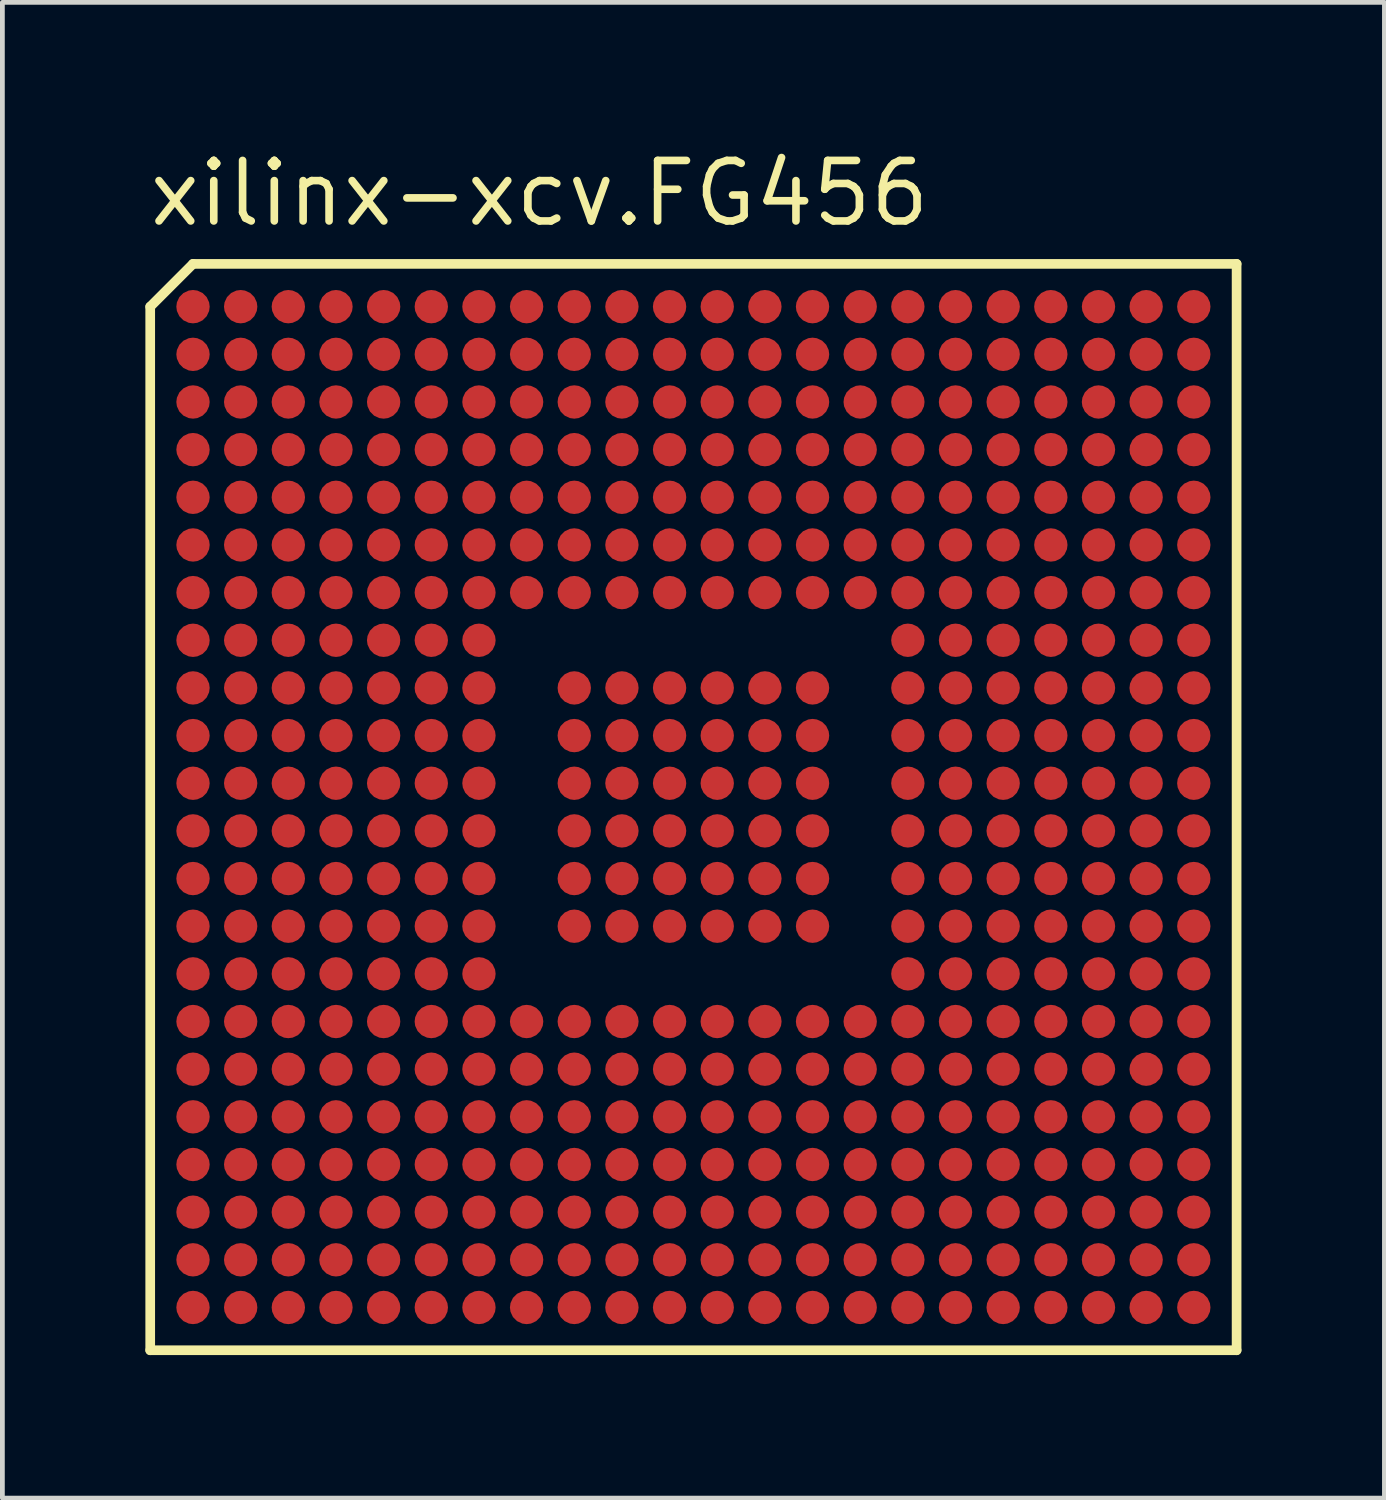
<source format=kicad_pcb>
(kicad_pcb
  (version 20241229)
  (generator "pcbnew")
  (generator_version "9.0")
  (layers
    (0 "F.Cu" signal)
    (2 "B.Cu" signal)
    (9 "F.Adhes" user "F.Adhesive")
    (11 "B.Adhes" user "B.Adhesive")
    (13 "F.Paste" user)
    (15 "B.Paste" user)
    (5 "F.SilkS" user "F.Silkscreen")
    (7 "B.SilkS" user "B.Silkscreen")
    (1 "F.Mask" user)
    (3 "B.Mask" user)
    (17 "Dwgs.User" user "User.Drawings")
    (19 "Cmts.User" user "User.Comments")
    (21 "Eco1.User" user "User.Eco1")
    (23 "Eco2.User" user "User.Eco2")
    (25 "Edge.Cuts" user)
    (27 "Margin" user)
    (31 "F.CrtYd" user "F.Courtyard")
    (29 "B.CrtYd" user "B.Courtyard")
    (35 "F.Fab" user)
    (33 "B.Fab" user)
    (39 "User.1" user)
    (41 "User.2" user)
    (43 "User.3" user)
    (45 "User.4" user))
  (footprint "xilinx-xcv.FG456"
    (layer "F.Cu")
    (at 11.5 13.885)
    (property "Reference" "xilinx-xcv.FG456" (at -11.5 -12.135 0) (layer "F.SilkS") (effects (font (size 1.27 1.27) (thickness 0.16)) (justify left bottom)))
    (attr smd)
    (fp_circle (center -10.5 -10.5) (end -10.2 -10.5) (stroke (width 0.1) (type default)) (fill no) (layer "F.Mask"))
    (fp_circle (center -10.5 -9.5) (end -10.2 -9.5) (stroke (width 0.1) (type default)) (fill no) (layer "F.Mask"))
    (fp_circle (center -10.5 -8.5) (end -10.2 -8.5) (stroke (width 0.1) (type default)) (fill no) (layer "F.Mask"))
    (fp_circle (center -10.5 -7.5) (end -10.2 -7.5) (stroke (width 0.1) (type default)) (fill no) (layer "F.Mask"))
    (fp_circle (center -10.5 -6.5) (end -10.2 -6.5) (stroke (width 0.1) (type default)) (fill no) (layer "F.Mask"))
    (fp_circle (center -10.5 -5.5) (end -10.2 -5.5) (stroke (width 0.1) (type default)) (fill no) (layer "F.Mask"))
    (fp_circle (center -10.5 -4.5) (end -10.2 -4.5) (stroke (width 0.1) (type default)) (fill no) (layer "F.Mask"))
    (fp_circle (center -10.5 -3.5) (end -10.2 -3.5) (stroke (width 0.1) (type default)) (fill no) (layer "F.Mask"))
    (fp_circle (center -10.5 -2.5) (end -10.2 -2.5) (stroke (width 0.1) (type default)) (fill no) (layer "F.Mask"))
    (fp_circle (center -10.5 -1.5) (end -10.2 -1.5) (stroke (width 0.1) (type default)) (fill no) (layer "F.Mask"))
    (fp_circle (center -10.5 -0.5) (end -10.2 -0.5) (stroke (width 0.1) (type default)) (fill no) (layer "F.Mask"))
    (fp_circle (center -10.5 0.5) (end -10.2 0.5) (stroke (width 0.1) (type default)) (fill no) (layer "F.Mask"))
    (fp_circle (center -10.5 1.5) (end -10.2 1.5) (stroke (width 0.1) (type default)) (fill no) (layer "F.Mask"))
    (fp_circle (center -10.5 2.5) (end -10.2 2.5) (stroke (width 0.1) (type default)) (fill no) (layer "F.Mask"))
    (fp_circle (center -10.5 3.5) (end -10.2 3.5) (stroke (width 0.1) (type default)) (fill no) (layer "F.Mask"))
    (fp_circle (center -10.5 4.5) (end -10.2 4.5) (stroke (width 0.1) (type default)) (fill no) (layer "F.Mask"))
    (fp_circle (center -10.5 5.5) (end -10.2 5.5) (stroke (width 0.1) (type default)) (fill no) (layer "F.Mask"))
    (fp_circle (center -10.5 6.5) (end -10.2 6.5) (stroke (width 0.1) (type default)) (fill no) (layer "F.Mask"))
    (fp_circle (center -10.5 7.5) (end -10.2 7.5) (stroke (width 0.1) (type default)) (fill no) (layer "F.Mask"))
    (fp_circle (center -10.5 8.5) (end -10.2 8.5) (stroke (width 0.1) (type default)) (fill no) (layer "F.Mask"))
    (fp_circle (center -10.5 9.5) (end -10.2 9.5) (stroke (width 0.1) (type default)) (fill no) (layer "F.Mask"))
    (fp_circle (center -10.5 10.5) (end -10.2 10.5) (stroke (width 0.1) (type default)) (fill no) (layer "F.Mask"))
    (fp_circle (center -9.5 -10.5) (end -9.2 -10.5) (stroke (width 0.1) (type default)) (fill no) (layer "F.Mask"))
    (fp_circle (center -9.5 -9.5) (end -9.2 -9.5) (stroke (width 0.1) (type default)) (fill no) (layer "F.Mask"))
    (fp_circle (center -9.5 -8.5) (end -9.2 -8.5) (stroke (width 0.1) (type default)) (fill no) (layer "F.Mask"))
    (fp_circle (center -9.5 -7.5) (end -9.2 -7.5) (stroke (width 0.1) (type default)) (fill no) (layer "F.Mask"))
    (fp_circle (center -9.5 -6.5) (end -9.2 -6.5) (stroke (width 0.1) (type default)) (fill no) (layer "F.Mask"))
    (fp_circle (center -9.5 -5.5) (end -9.2 -5.5) (stroke (width 0.1) (type default)) (fill no) (layer "F.Mask"))
    (fp_circle (center -9.5 -4.5) (end -9.2 -4.5) (stroke (width 0.1) (type default)) (fill no) (layer "F.Mask"))
    (fp_circle (center -9.5 -3.5) (end -9.2 -3.5) (stroke (width 0.1) (type default)) (fill no) (layer "F.Mask"))
    (fp_circle (center -9.5 -2.5) (end -9.2 -2.5) (stroke (width 0.1) (type default)) (fill no) (layer "F.Mask"))
    (fp_circle (center -9.5 -1.5) (end -9.2 -1.5) (stroke (width 0.1) (type default)) (fill no) (layer "F.Mask"))
    (fp_circle (center -9.5 -0.5) (end -9.2 -0.5) (stroke (width 0.1) (type default)) (fill no) (layer "F.Mask"))
    (fp_circle (center -9.5 0.5) (end -9.2 0.5) (stroke (width 0.1) (type default)) (fill no) (layer "F.Mask"))
    (fp_circle (center -9.5 1.5) (end -9.2 1.5) (stroke (width 0.1) (type default)) (fill no) (layer "F.Mask"))
    (fp_circle (center -9.5 2.5) (end -9.2 2.5) (stroke (width 0.1) (type default)) (fill no) (layer "F.Mask"))
    (fp_circle (center -9.5 3.5) (end -9.2 3.5) (stroke (width 0.1) (type default)) (fill no) (layer "F.Mask"))
    (fp_circle (center -9.5 4.5) (end -9.2 4.5) (stroke (width 0.1) (type default)) (fill no) (layer "F.Mask"))
    (fp_circle (center -9.5 5.5) (end -9.2 5.5) (stroke (width 0.1) (type default)) (fill no) (layer "F.Mask"))
    (fp_circle (center -9.5 6.5) (end -9.2 6.5) (stroke (width 0.1) (type default)) (fill no) (layer "F.Mask"))
    (fp_circle (center -9.5 7.5) (end -9.2 7.5) (stroke (width 0.1) (type default)) (fill no) (layer "F.Mask"))
    (fp_circle (center -9.5 8.5) (end -9.2 8.5) (stroke (width 0.1) (type default)) (fill no) (layer "F.Mask"))
    (fp_circle (center -9.5 9.5) (end -9.2 9.5) (stroke (width 0.1) (type default)) (fill no) (layer "F.Mask"))
    (fp_circle (center -9.5 10.5) (end -9.2 10.5) (stroke (width 0.1) (type default)) (fill no) (layer "F.Mask"))
    (fp_circle (center -8.5 -10.5) (end -8.2 -10.5) (stroke (width 0.1) (type default)) (fill no) (layer "F.Mask"))
    (fp_circle (center -8.5 -9.5) (end -8.2 -9.5) (stroke (width 0.1) (type default)) (fill no) (layer "F.Mask"))
    (fp_circle (center -8.5 -8.5) (end -8.2 -8.5) (stroke (width 0.1) (type default)) (fill no) (layer "F.Mask"))
    (fp_circle (center -8.5 -7.5) (end -8.2 -7.5) (stroke (width 0.1) (type default)) (fill no) (layer "F.Mask"))
    (fp_circle (center -8.5 -6.5) (end -8.2 -6.5) (stroke (width 0.1) (type default)) (fill no) (layer "F.Mask"))
    (fp_circle (center -8.5 -5.5) (end -8.2 -5.5) (stroke (width 0.1) (type default)) (fill no) (layer "F.Mask"))
    (fp_circle (center -8.5 -4.5) (end -8.2 -4.5) (stroke (width 0.1) (type default)) (fill no) (layer "F.Mask"))
    (fp_circle (center -8.5 -3.5) (end -8.2 -3.5) (stroke (width 0.1) (type default)) (fill no) (layer "F.Mask"))
    (fp_circle (center -8.5 -2.5) (end -8.2 -2.5) (stroke (width 0.1) (type default)) (fill no) (layer "F.Mask"))
    (fp_circle (center -8.5 -1.5) (end -8.2 -1.5) (stroke (width 0.1) (type default)) (fill no) (layer "F.Mask"))
    (fp_circle (center -8.5 -0.5) (end -8.2 -0.5) (stroke (width 0.1) (type default)) (fill no) (layer "F.Mask"))
    (fp_circle (center -8.5 0.5) (end -8.2 0.5) (stroke (width 0.1) (type default)) (fill no) (layer "F.Mask"))
    (fp_circle (center -8.5 1.5) (end -8.2 1.5) (stroke (width 0.1) (type default)) (fill no) (layer "F.Mask"))
    (fp_circle (center -8.5 2.5) (end -8.2 2.5) (stroke (width 0.1) (type default)) (fill no) (layer "F.Mask"))
    (fp_circle (center -8.5 3.5) (end -8.2 3.5) (stroke (width 0.1) (type default)) (fill no) (layer "F.Mask"))
    (fp_circle (center -8.5 4.5) (end -8.2 4.5) (stroke (width 0.1) (type default)) (fill no) (layer "F.Mask"))
    (fp_circle (center -8.5 5.5) (end -8.2 5.5) (stroke (width 0.1) (type default)) (fill no) (layer "F.Mask"))
    (fp_circle (center -8.5 6.5) (end -8.2 6.5) (stroke (width 0.1) (type default)) (fill no) (layer "F.Mask"))
    (fp_circle (center -8.5 7.5) (end -8.2 7.5) (stroke (width 0.1) (type default)) (fill no) (layer "F.Mask"))
    (fp_circle (center -8.5 8.5) (end -8.2 8.5) (stroke (width 0.1) (type default)) (fill no) (layer "F.Mask"))
    (fp_circle (center -8.5 9.5) (end -8.2 9.5) (stroke (width 0.1) (type default)) (fill no) (layer "F.Mask"))
    (fp_circle (center -8.5 10.5) (end -8.2 10.5) (stroke (width 0.1) (type default)) (fill no) (layer "F.Mask"))
    (fp_circle (center -7.5 -10.5) (end -7.2 -10.5) (stroke (width 0.1) (type default)) (fill no) (layer "F.Mask"))
    (fp_circle (center -7.5 -9.5) (end -7.2 -9.5) (stroke (width 0.1) (type default)) (fill no) (layer "F.Mask"))
    (fp_circle (center -7.5 -8.5) (end -7.2 -8.5) (stroke (width 0.1) (type default)) (fill no) (layer "F.Mask"))
    (fp_circle (center -7.5 -7.5) (end -7.2 -7.5) (stroke (width 0.1) (type default)) (fill no) (layer "F.Mask"))
    (fp_circle (center -7.5 -6.5) (end -7.2 -6.5) (stroke (width 0.1) (type default)) (fill no) (layer "F.Mask"))
    (fp_circle (center -7.5 -5.5) (end -7.2 -5.5) (stroke (width 0.1) (type default)) (fill no) (layer "F.Mask"))
    (fp_circle (center -7.5 -4.5) (end -7.2 -4.5) (stroke (width 0.1) (type default)) (fill no) (layer "F.Mask"))
    (fp_circle (center -7.5 -3.5) (end -7.2 -3.5) (stroke (width 0.1) (type default)) (fill no) (layer "F.Mask"))
    (fp_circle (center -7.5 -2.5) (end -7.2 -2.5) (stroke (width 0.1) (type default)) (fill no) (layer "F.Mask"))
    (fp_circle (center -7.5 -1.5) (end -7.2 -1.5) (stroke (width 0.1) (type default)) (fill no) (layer "F.Mask"))
    (fp_circle (center -7.5 -0.5) (end -7.2 -0.5) (stroke (width 0.1) (type default)) (fill no) (layer "F.Mask"))
    (fp_circle (center -7.5 0.5) (end -7.2 0.5) (stroke (width 0.1) (type default)) (fill no) (layer "F.Mask"))
    (fp_circle (center -7.5 1.5) (end -7.2 1.5) (stroke (width 0.1) (type default)) (fill no) (layer "F.Mask"))
    (fp_circle (center -7.5 2.5) (end -7.2 2.5) (stroke (width 0.1) (type default)) (fill no) (layer "F.Mask"))
    (fp_circle (center -7.5 3.5) (end -7.2 3.5) (stroke (width 0.1) (type default)) (fill no) (layer "F.Mask"))
    (fp_circle (center -7.5 4.5) (end -7.2 4.5) (stroke (width 0.1) (type default)) (fill no) (layer "F.Mask"))
    (fp_circle (center -7.5 5.5) (end -7.2 5.5) (stroke (width 0.1) (type default)) (fill no) (layer "F.Mask"))
    (fp_circle (center -7.5 6.5) (end -7.2 6.5) (stroke (width 0.1) (type default)) (fill no) (layer "F.Mask"))
    (fp_circle (center -7.5 7.5) (end -7.2 7.5) (stroke (width 0.1) (type default)) (fill no) (layer "F.Mask"))
    (fp_circle (center -7.5 8.5) (end -7.2 8.5) (stroke (width 0.1) (type default)) (fill no) (layer "F.Mask"))
    (fp_circle (center -7.5 9.5) (end -7.2 9.5) (stroke (width 0.1) (type default)) (fill no) (layer "F.Mask"))
    (fp_circle (center -7.5 10.5) (end -7.2 10.5) (stroke (width 0.1) (type default)) (fill no) (layer "F.Mask"))
    (fp_circle (center -6.5 -10.5) (end -6.2 -10.5) (stroke (width 0.1) (type default)) (fill no) (layer "F.Mask"))
    (fp_circle (center -6.5 -9.5) (end -6.2 -9.5) (stroke (width 0.1) (type default)) (fill no) (layer "F.Mask"))
    (fp_circle (center -6.5 -8.5) (end -6.2 -8.5) (stroke (width 0.1) (type default)) (fill no) (layer "F.Mask"))
    (fp_circle (center -6.5 -7.5) (end -6.2 -7.5) (stroke (width 0.1) (type default)) (fill no) (layer "F.Mask"))
    (fp_circle (center -6.5 -6.5) (end -6.2 -6.5) (stroke (width 0.1) (type default)) (fill no) (layer "F.Mask"))
    (fp_circle (center -6.5 -5.5) (end -6.2 -5.5) (stroke (width 0.1) (type default)) (fill no) (layer "F.Mask"))
    (fp_circle (center -6.5 -4.5) (end -6.2 -4.5) (stroke (width 0.1) (type default)) (fill no) (layer "F.Mask"))
    (fp_circle (center -6.5 -3.5) (end -6.2 -3.5) (stroke (width 0.1) (type default)) (fill no) (layer "F.Mask"))
    (fp_circle (center -6.5 -2.5) (end -6.2 -2.5) (stroke (width 0.1) (type default)) (fill no) (layer "F.Mask"))
    (fp_circle (center -6.5 -1.5) (end -6.2 -1.5) (stroke (width 0.1) (type default)) (fill no) (layer "F.Mask"))
    (fp_circle (center -6.5 -0.5) (end -6.2 -0.5) (stroke (width 0.1) (type default)) (fill no) (layer "F.Mask"))
    (fp_circle (center -6.5 0.5) (end -6.2 0.5) (stroke (width 0.1) (type default)) (fill no) (layer "F.Mask"))
    (fp_circle (center -6.5 1.5) (end -6.2 1.5) (stroke (width 0.1) (type default)) (fill no) (layer "F.Mask"))
    (fp_circle (center -6.5 2.5) (end -6.2 2.5) (stroke (width 0.1) (type default)) (fill no) (layer "F.Mask"))
    (fp_circle (center -6.5 3.5) (end -6.2 3.5) (stroke (width 0.1) (type default)) (fill no) (layer "F.Mask"))
    (fp_circle (center -6.5 4.5) (end -6.2 4.5) (stroke (width 0.1) (type default)) (fill no) (layer "F.Mask"))
    (fp_circle (center -6.5 5.5) (end -6.2 5.5) (stroke (width 0.1) (type default)) (fill no) (layer "F.Mask"))
    (fp_circle (center -6.5 6.5) (end -6.2 6.5) (stroke (width 0.1) (type default)) (fill no) (layer "F.Mask"))
    (fp_circle (center -6.5 7.5) (end -6.2 7.5) (stroke (width 0.1) (type default)) (fill no) (layer "F.Mask"))
    (fp_circle (center -6.5 8.5) (end -6.2 8.5) (stroke (width 0.1) (type default)) (fill no) (layer "F.Mask"))
    (fp_circle (center -6.5 9.5) (end -6.2 9.5) (stroke (width 0.1) (type default)) (fill no) (layer "F.Mask"))
    (fp_circle (center -6.5 10.5) (end -6.2 10.5) (stroke (width 0.1) (type default)) (fill no) (layer "F.Mask"))
    (fp_circle (center -5.5 -10.5) (end -5.2 -10.5) (stroke (width 0.1) (type default)) (fill no) (layer "F.Mask"))
    (fp_circle (center -5.5 -9.5) (end -5.2 -9.5) (stroke (width 0.1) (type default)) (fill no) (layer "F.Mask"))
    (fp_circle (center -5.5 -8.5) (end -5.2 -8.5) (stroke (width 0.1) (type default)) (fill no) (layer "F.Mask"))
    (fp_circle (center -5.5 -7.5) (end -5.2 -7.5) (stroke (width 0.1) (type default)) (fill no) (layer "F.Mask"))
    (fp_circle (center -5.5 -6.5) (end -5.2 -6.5) (stroke (width 0.1) (type default)) (fill no) (layer "F.Mask"))
    (fp_circle (center -5.5 -5.5) (end -5.2 -5.5) (stroke (width 0.1) (type default)) (fill no) (layer "F.Mask"))
    (fp_circle (center -5.5 -4.5) (end -5.2 -4.5) (stroke (width 0.1) (type default)) (fill no) (layer "F.Mask"))
    (fp_circle (center -5.5 -3.5) (end -5.2 -3.5) (stroke (width 0.1) (type default)) (fill no) (layer "F.Mask"))
    (fp_circle (center -5.5 -2.5) (end -5.2 -2.5) (stroke (width 0.1) (type default)) (fill no) (layer "F.Mask"))
    (fp_circle (center -5.5 -1.5) (end -5.2 -1.5) (stroke (width 0.1) (type default)) (fill no) (layer "F.Mask"))
    (fp_circle (center -5.5 -0.5) (end -5.2 -0.5) (stroke (width 0.1) (type default)) (fill no) (layer "F.Mask"))
    (fp_circle (center -5.5 0.5) (end -5.2 0.5) (stroke (width 0.1) (type default)) (fill no) (layer "F.Mask"))
    (fp_circle (center -5.5 1.5) (end -5.2 1.5) (stroke (width 0.1) (type default)) (fill no) (layer "F.Mask"))
    (fp_circle (center -5.5 2.5) (end -5.2 2.5) (stroke (width 0.1) (type default)) (fill no) (layer "F.Mask"))
    (fp_circle (center -5.5 3.5) (end -5.2 3.5) (stroke (width 0.1) (type default)) (fill no) (layer "F.Mask"))
    (fp_circle (center -5.5 4.5) (end -5.2 4.5) (stroke (width 0.1) (type default)) (fill no) (layer "F.Mask"))
    (fp_circle (center -5.5 5.5) (end -5.2 5.5) (stroke (width 0.1) (type default)) (fill no) (layer "F.Mask"))
    (fp_circle (center -5.5 6.5) (end -5.2 6.5) (stroke (width 0.1) (type default)) (fill no) (layer "F.Mask"))
    (fp_circle (center -5.5 7.5) (end -5.2 7.5) (stroke (width 0.1) (type default)) (fill no) (layer "F.Mask"))
    (fp_circle (center -5.5 8.5) (end -5.2 8.5) (stroke (width 0.1) (type default)) (fill no) (layer "F.Mask"))
    (fp_circle (center -5.5 9.5) (end -5.2 9.5) (stroke (width 0.1) (type default)) (fill no) (layer "F.Mask"))
    (fp_circle (center -5.5 10.5) (end -5.2 10.5) (stroke (width 0.1) (type default)) (fill no) (layer "F.Mask"))
    (fp_circle (center -4.5 -10.5) (end -4.2 -10.5) (stroke (width 0.1) (type default)) (fill no) (layer "F.Mask"))
    (fp_circle (center -4.5 -9.5) (end -4.2 -9.5) (stroke (width 0.1) (type default)) (fill no) (layer "F.Mask"))
    (fp_circle (center -4.5 -8.5) (end -4.2 -8.5) (stroke (width 0.1) (type default)) (fill no) (layer "F.Mask"))
    (fp_circle (center -4.5 -7.5) (end -4.2 -7.5) (stroke (width 0.1) (type default)) (fill no) (layer "F.Mask"))
    (fp_circle (center -4.5 -6.5) (end -4.2 -6.5) (stroke (width 0.1) (type default)) (fill no) (layer "F.Mask"))
    (fp_circle (center -4.5 -5.5) (end -4.2 -5.5) (stroke (width 0.1) (type default)) (fill no) (layer "F.Mask"))
    (fp_circle (center -4.5 -4.5) (end -4.2 -4.5) (stroke (width 0.1) (type default)) (fill no) (layer "F.Mask"))
    (fp_circle (center -4.5 -3.5) (end -4.2 -3.5) (stroke (width 0.1) (type default)) (fill no) (layer "F.Mask"))
    (fp_circle (center -4.5 -2.5) (end -4.2 -2.5) (stroke (width 0.1) (type default)) (fill no) (layer "F.Mask"))
    (fp_circle (center -4.5 -1.5) (end -4.2 -1.5) (stroke (width 0.1) (type default)) (fill no) (layer "F.Mask"))
    (fp_circle (center -4.5 -0.5) (end -4.2 -0.5) (stroke (width 0.1) (type default)) (fill no) (layer "F.Mask"))
    (fp_circle (center -4.5 0.5) (end -4.2 0.5) (stroke (width 0.1) (type default)) (fill no) (layer "F.Mask"))
    (fp_circle (center -4.5 1.5) (end -4.2 1.5) (stroke (width 0.1) (type default)) (fill no) (layer "F.Mask"))
    (fp_circle (center -4.5 2.5) (end -4.2 2.5) (stroke (width 0.1) (type default)) (fill no) (layer "F.Mask"))
    (fp_circle (center -4.5 3.5) (end -4.2 3.5) (stroke (width 0.1) (type default)) (fill no) (layer "F.Mask"))
    (fp_circle (center -4.5 4.5) (end -4.2 4.5) (stroke (width 0.1) (type default)) (fill no) (layer "F.Mask"))
    (fp_circle (center -4.5 5.5) (end -4.2 5.5) (stroke (width 0.1) (type default)) (fill no) (layer "F.Mask"))
    (fp_circle (center -4.5 6.5) (end -4.2 6.5) (stroke (width 0.1) (type default)) (fill no) (layer "F.Mask"))
    (fp_circle (center -4.5 7.5) (end -4.2 7.5) (stroke (width 0.1) (type default)) (fill no) (layer "F.Mask"))
    (fp_circle (center -4.5 8.5) (end -4.2 8.5) (stroke (width 0.1) (type default)) (fill no) (layer "F.Mask"))
    (fp_circle (center -4.5 9.5) (end -4.2 9.5) (stroke (width 0.1) (type default)) (fill no) (layer "F.Mask"))
    (fp_circle (center -4.5 10.5) (end -4.2 10.5) (stroke (width 0.1) (type default)) (fill no) (layer "F.Mask"))
    (fp_circle (center -3.5 -10.5) (end -3.2 -10.5) (stroke (width 0.1) (type default)) (fill no) (layer "F.Mask"))
    (fp_circle (center -3.5 -9.5) (end -3.2 -9.5) (stroke (width 0.1) (type default)) (fill no) (layer "F.Mask"))
    (fp_circle (center -3.5 -8.5) (end -3.2 -8.5) (stroke (width 0.1) (type default)) (fill no) (layer "F.Mask"))
    (fp_circle (center -3.5 -7.5) (end -3.2 -7.5) (stroke (width 0.1) (type default)) (fill no) (layer "F.Mask"))
    (fp_circle (center -3.5 -6.5) (end -3.2 -6.5) (stroke (width 0.1) (type default)) (fill no) (layer "F.Mask"))
    (fp_circle (center -3.5 -5.5) (end -3.2 -5.5) (stroke (width 0.1) (type default)) (fill no) (layer "F.Mask"))
    (fp_circle (center -3.5 -4.5) (end -3.2 -4.5) (stroke (width 0.1) (type default)) (fill no) (layer "F.Mask"))
    (fp_circle (center -3.5 4.5) (end -3.2 4.5) (stroke (width 0.1) (type default)) (fill no) (layer "F.Mask"))
    (fp_circle (center -3.5 5.5) (end -3.2 5.5) (stroke (width 0.1) (type default)) (fill no) (layer "F.Mask"))
    (fp_circle (center -3.5 6.5) (end -3.2 6.5) (stroke (width 0.1) (type default)) (fill no) (layer "F.Mask"))
    (fp_circle (center -3.5 7.5) (end -3.2 7.5) (stroke (width 0.1) (type default)) (fill no) (layer "F.Mask"))
    (fp_circle (center -3.5 8.5) (end -3.2 8.5) (stroke (width 0.1) (type default)) (fill no) (layer "F.Mask"))
    (fp_circle (center -3.5 9.5) (end -3.2 9.5) (stroke (width 0.1) (type default)) (fill no) (layer "F.Mask"))
    (fp_circle (center -3.5 10.5) (end -3.2 10.5) (stroke (width 0.1) (type default)) (fill no) (layer "F.Mask"))
    (fp_circle (center -2.5 -10.5) (end -2.2 -10.5) (stroke (width 0.1) (type default)) (fill no) (layer "F.Mask"))
    (fp_circle (center -2.5 -9.5) (end -2.2 -9.5) (stroke (width 0.1) (type default)) (fill no) (layer "F.Mask"))
    (fp_circle (center -2.5 -8.5) (end -2.2 -8.5) (stroke (width 0.1) (type default)) (fill no) (layer "F.Mask"))
    (fp_circle (center -2.5 -7.5) (end -2.2 -7.5) (stroke (width 0.1) (type default)) (fill no) (layer "F.Mask"))
    (fp_circle (center -2.5 -6.5) (end -2.2 -6.5) (stroke (width 0.1) (type default)) (fill no) (layer "F.Mask"))
    (fp_circle (center -2.5 -5.5) (end -2.2 -5.5) (stroke (width 0.1) (type default)) (fill no) (layer "F.Mask"))
    (fp_circle (center -2.5 -4.5) (end -2.2 -4.5) (stroke (width 0.1) (type default)) (fill no) (layer "F.Mask"))
    (fp_circle (center -2.5 -2.5) (end -2.2 -2.5) (stroke (width 0.1) (type default)) (fill no) (layer "F.Mask"))
    (fp_circle (center -2.5 -1.5) (end -2.2 -1.5) (stroke (width 0.1) (type default)) (fill no) (layer "F.Mask"))
    (fp_circle (center -2.5 -0.5) (end -2.2 -0.5) (stroke (width 0.1) (type default)) (fill no) (layer "F.Mask"))
    (fp_circle (center -2.5 0.5) (end -2.2 0.5) (stroke (width 0.1) (type default)) (fill no) (layer "F.Mask"))
    (fp_circle (center -2.5 1.5) (end -2.2 1.5) (stroke (width 0.1) (type default)) (fill no) (layer "F.Mask"))
    (fp_circle (center -2.5 2.5) (end -2.2 2.5) (stroke (width 0.1) (type default)) (fill no) (layer "F.Mask"))
    (fp_circle (center -2.5 4.5) (end -2.2 4.5) (stroke (width 0.1) (type default)) (fill no) (layer "F.Mask"))
    (fp_circle (center -2.5 5.5) (end -2.2 5.5) (stroke (width 0.1) (type default)) (fill no) (layer "F.Mask"))
    (fp_circle (center -2.5 6.5) (end -2.2 6.5) (stroke (width 0.1) (type default)) (fill no) (layer "F.Mask"))
    (fp_circle (center -2.5 7.5) (end -2.2 7.5) (stroke (width 0.1) (type default)) (fill no) (layer "F.Mask"))
    (fp_circle (center -2.5 8.5) (end -2.2 8.5) (stroke (width 0.1) (type default)) (fill no) (layer "F.Mask"))
    (fp_circle (center -2.5 9.5) (end -2.2 9.5) (stroke (width 0.1) (type default)) (fill no) (layer "F.Mask"))
    (fp_circle (center -2.5 10.5) (end -2.2 10.5) (stroke (width 0.1) (type default)) (fill no) (layer "F.Mask"))
    (fp_circle (center -1.5 -10.5) (end -1.2 -10.5) (stroke (width 0.1) (type default)) (fill no) (layer "F.Mask"))
    (fp_circle (center -1.5 -9.5) (end -1.2 -9.5) (stroke (width 0.1) (type default)) (fill no) (layer "F.Mask"))
    (fp_circle (center -1.5 -8.5) (end -1.2 -8.5) (stroke (width 0.1) (type default)) (fill no) (layer "F.Mask"))
    (fp_circle (center -1.5 -7.5) (end -1.2 -7.5) (stroke (width 0.1) (type default)) (fill no) (layer "F.Mask"))
    (fp_circle (center -1.5 -6.5) (end -1.2 -6.5) (stroke (width 0.1) (type default)) (fill no) (layer "F.Mask"))
    (fp_circle (center -1.5 -5.5) (end -1.2 -5.5) (stroke (width 0.1) (type default)) (fill no) (layer "F.Mask"))
    (fp_circle (center -1.5 -4.5) (end -1.2 -4.5) (stroke (width 0.1) (type default)) (fill no) (layer "F.Mask"))
    (fp_circle (center -1.5 -2.5) (end -1.2 -2.5) (stroke (width 0.1) (type default)) (fill no) (layer "F.Mask"))
    (fp_circle (center -1.5 -1.5) (end -1.2 -1.5) (stroke (width 0.1) (type default)) (fill no) (layer "F.Mask"))
    (fp_circle (center -1.5 -0.5) (end -1.2 -0.5) (stroke (width 0.1) (type default)) (fill no) (layer "F.Mask"))
    (fp_circle (center -1.5 0.5) (end -1.2 0.5) (stroke (width 0.1) (type default)) (fill no) (layer "F.Mask"))
    (fp_circle (center -1.5 1.5) (end -1.2 1.5) (stroke (width 0.1) (type default)) (fill no) (layer "F.Mask"))
    (fp_circle (center -1.5 2.5) (end -1.2 2.5) (stroke (width 0.1) (type default)) (fill no) (layer "F.Mask"))
    (fp_circle (center -1.5 4.5) (end -1.2 4.5) (stroke (width 0.1) (type default)) (fill no) (layer "F.Mask"))
    (fp_circle (center -1.5 5.5) (end -1.2 5.5) (stroke (width 0.1) (type default)) (fill no) (layer "F.Mask"))
    (fp_circle (center -1.5 6.5) (end -1.2 6.5) (stroke (width 0.1) (type default)) (fill no) (layer "F.Mask"))
    (fp_circle (center -1.5 7.5) (end -1.2 7.5) (stroke (width 0.1) (type default)) (fill no) (layer "F.Mask"))
    (fp_circle (center -1.5 8.5) (end -1.2 8.5) (stroke (width 0.1) (type default)) (fill no) (layer "F.Mask"))
    (fp_circle (center -1.5 9.5) (end -1.2 9.5) (stroke (width 0.1) (type default)) (fill no) (layer "F.Mask"))
    (fp_circle (center -1.5 10.5) (end -1.2 10.5) (stroke (width 0.1) (type default)) (fill no) (layer "F.Mask"))
    (fp_circle (center -0.5 -10.5) (end -0.2 -10.5) (stroke (width 0.1) (type default)) (fill no) (layer "F.Mask"))
    (fp_circle (center -0.5 -9.5) (end -0.2 -9.5) (stroke (width 0.1) (type default)) (fill no) (layer "F.Mask"))
    (fp_circle (center -0.5 -8.5) (end -0.2 -8.5) (stroke (width 0.1) (type default)) (fill no) (layer "F.Mask"))
    (fp_circle (center -0.5 -7.5) (end -0.2 -7.5) (stroke (width 0.1) (type default)) (fill no) (layer "F.Mask"))
    (fp_circle (center -0.5 -6.5) (end -0.2 -6.5) (stroke (width 0.1) (type default)) (fill no) (layer "F.Mask"))
    (fp_circle (center -0.5 -5.5) (end -0.2 -5.5) (stroke (width 0.1) (type default)) (fill no) (layer "F.Mask"))
    (fp_circle (center -0.5 -4.5) (end -0.2 -4.5) (stroke (width 0.1) (type default)) (fill no) (layer "F.Mask"))
    (fp_circle (center -0.5 -2.5) (end -0.2 -2.5) (stroke (width 0.1) (type default)) (fill no) (layer "F.Mask"))
    (fp_circle (center -0.5 -1.5) (end -0.2 -1.5) (stroke (width 0.1) (type default)) (fill no) (layer "F.Mask"))
    (fp_circle (center -0.5 -0.5) (end -0.2 -0.5) (stroke (width 0.1) (type default)) (fill no) (layer "F.Mask"))
    (fp_circle (center -0.5 0.5) (end -0.2 0.5) (stroke (width 0.1) (type default)) (fill no) (layer "F.Mask"))
    (fp_circle (center -0.5 1.5) (end -0.2 1.5) (stroke (width 0.1) (type default)) (fill no) (layer "F.Mask"))
    (fp_circle (center -0.5 2.5) (end -0.2 2.5) (stroke (width 0.1) (type default)) (fill no) (layer "F.Mask"))
    (fp_circle (center -0.5 4.5) (end -0.2 4.5) (stroke (width 0.1) (type default)) (fill no) (layer "F.Mask"))
    (fp_circle (center -0.5 5.5) (end -0.2 5.5) (stroke (width 0.1) (type default)) (fill no) (layer "F.Mask"))
    (fp_circle (center -0.5 6.5) (end -0.2 6.5) (stroke (width 0.1) (type default)) (fill no) (layer "F.Mask"))
    (fp_circle (center -0.5 7.5) (end -0.2 7.5) (stroke (width 0.1) (type default)) (fill no) (layer "F.Mask"))
    (fp_circle (center -0.5 8.5) (end -0.2 8.5) (stroke (width 0.1) (type default)) (fill no) (layer "F.Mask"))
    (fp_circle (center -0.5 9.5) (end -0.2 9.5) (stroke (width 0.1) (type default)) (fill no) (layer "F.Mask"))
    (fp_circle (center -0.5 10.5) (end -0.2 10.5) (stroke (width 0.1) (type default)) (fill no) (layer "F.Mask"))
    (fp_circle (center 0.5 -10.5) (end 0.8 -10.5) (stroke (width 0.1) (type default)) (fill no) (layer "F.Mask"))
    (fp_circle (center 0.5 -9.5) (end 0.8 -9.5) (stroke (width 0.1) (type default)) (fill no) (layer "F.Mask"))
    (fp_circle (center 0.5 -8.5) (end 0.8 -8.5) (stroke (width 0.1) (type default)) (fill no) (layer "F.Mask"))
    (fp_circle (center 0.5 -7.5) (end 0.8 -7.5) (stroke (width 0.1) (type default)) (fill no) (layer "F.Mask"))
    (fp_circle (center 0.5 -6.5) (end 0.8 -6.5) (stroke (width 0.1) (type default)) (fill no) (layer "F.Mask"))
    (fp_circle (center 0.5 -5.5) (end 0.8 -5.5) (stroke (width 0.1) (type default)) (fill no) (layer "F.Mask"))
    (fp_circle (center 0.5 -4.5) (end 0.8 -4.5) (stroke (width 0.1) (type default)) (fill no) (layer "F.Mask"))
    (fp_circle (center 0.5 -2.5) (end 0.8 -2.5) (stroke (width 0.1) (type default)) (fill no) (layer "F.Mask"))
    (fp_circle (center 0.5 -1.5) (end 0.8 -1.5) (stroke (width 0.1) (type default)) (fill no) (layer "F.Mask"))
    (fp_circle (center 0.5 -0.5) (end 0.8 -0.5) (stroke (width 0.1) (type default)) (fill no) (layer "F.Mask"))
    (fp_circle (center 0.5 0.5) (end 0.8 0.5) (stroke (width 0.1) (type default)) (fill no) (layer "F.Mask"))
    (fp_circle (center 0.5 1.5) (end 0.8 1.5) (stroke (width 0.1) (type default)) (fill no) (layer "F.Mask"))
    (fp_circle (center 0.5 2.5) (end 0.8 2.5) (stroke (width 0.1) (type default)) (fill no) (layer "F.Mask"))
    (fp_circle (center 0.5 4.5) (end 0.8 4.5) (stroke (width 0.1) (type default)) (fill no) (layer "F.Mask"))
    (fp_circle (center 0.5 5.5) (end 0.8 5.5) (stroke (width 0.1) (type default)) (fill no) (layer "F.Mask"))
    (fp_circle (center 0.5 6.5) (end 0.8 6.5) (stroke (width 0.1) (type default)) (fill no) (layer "F.Mask"))
    (fp_circle (center 0.5 7.5) (end 0.8 7.5) (stroke (width 0.1) (type default)) (fill no) (layer "F.Mask"))
    (fp_circle (center 0.5 8.5) (end 0.8 8.5) (stroke (width 0.1) (type default)) (fill no) (layer "F.Mask"))
    (fp_circle (center 0.5 9.5) (end 0.8 9.5) (stroke (width 0.1) (type default)) (fill no) (layer "F.Mask"))
    (fp_circle (center 0.5 10.5) (end 0.8 10.5) (stroke (width 0.1) (type default)) (fill no) (layer "F.Mask"))
    (fp_circle (center 1.5 -10.5) (end 1.8 -10.5) (stroke (width 0.1) (type default)) (fill no) (layer "F.Mask"))
    (fp_circle (center 1.5 -9.5) (end 1.8 -9.5) (stroke (width 0.1) (type default)) (fill no) (layer "F.Mask"))
    (fp_circle (center 1.5 -8.5) (end 1.8 -8.5) (stroke (width 0.1) (type default)) (fill no) (layer "F.Mask"))
    (fp_circle (center 1.5 -7.5) (end 1.8 -7.5) (stroke (width 0.1) (type default)) (fill no) (layer "F.Mask"))
    (fp_circle (center 1.5 -6.5) (end 1.8 -6.5) (stroke (width 0.1) (type default)) (fill no) (layer "F.Mask"))
    (fp_circle (center 1.5 -5.5) (end 1.8 -5.5) (stroke (width 0.1) (type default)) (fill no) (layer "F.Mask"))
    (fp_circle (center 1.5 -4.5) (end 1.8 -4.5) (stroke (width 0.1) (type default)) (fill no) (layer "F.Mask"))
    (fp_circle (center 1.5 -2.5) (end 1.8 -2.5) (stroke (width 0.1) (type default)) (fill no) (layer "F.Mask"))
    (fp_circle (center 1.5 -1.5) (end 1.8 -1.5) (stroke (width 0.1) (type default)) (fill no) (layer "F.Mask"))
    (fp_circle (center 1.5 -0.5) (end 1.8 -0.5) (stroke (width 0.1) (type default)) (fill no) (layer "F.Mask"))
    (fp_circle (center 1.5 0.5) (end 1.8 0.5) (stroke (width 0.1) (type default)) (fill no) (layer "F.Mask"))
    (fp_circle (center 1.5 1.5) (end 1.8 1.5) (stroke (width 0.1) (type default)) (fill no) (layer "F.Mask"))
    (fp_circle (center 1.5 2.5) (end 1.8 2.5) (stroke (width 0.1) (type default)) (fill no) (layer "F.Mask"))
    (fp_circle (center 1.5 4.5) (end 1.8 4.5) (stroke (width 0.1) (type default)) (fill no) (layer "F.Mask"))
    (fp_circle (center 1.5 5.5) (end 1.8 5.5) (stroke (width 0.1) (type default)) (fill no) (layer "F.Mask"))
    (fp_circle (center 1.5 6.5) (end 1.8 6.5) (stroke (width 0.1) (type default)) (fill no) (layer "F.Mask"))
    (fp_circle (center 1.5 7.5) (end 1.8 7.5) (stroke (width 0.1) (type default)) (fill no) (layer "F.Mask"))
    (fp_circle (center 1.5 8.5) (end 1.8 8.5) (stroke (width 0.1) (type default)) (fill no) (layer "F.Mask"))
    (fp_circle (center 1.5 9.5) (end 1.8 9.5) (stroke (width 0.1) (type default)) (fill no) (layer "F.Mask"))
    (fp_circle (center 1.5 10.5) (end 1.8 10.5) (stroke (width 0.1) (type default)) (fill no) (layer "F.Mask"))
    (fp_circle (center 2.5 -10.5) (end 2.8 -10.5) (stroke (width 0.1) (type default)) (fill no) (layer "F.Mask"))
    (fp_circle (center 2.5 -9.5) (end 2.8 -9.5) (stroke (width 0.1) (type default)) (fill no) (layer "F.Mask"))
    (fp_circle (center 2.5 -8.5) (end 2.8 -8.5) (stroke (width 0.1) (type default)) (fill no) (layer "F.Mask"))
    (fp_circle (center 2.5 -7.5) (end 2.8 -7.5) (stroke (width 0.1) (type default)) (fill no) (layer "F.Mask"))
    (fp_circle (center 2.5 -6.5) (end 2.8 -6.5) (stroke (width 0.1) (type default)) (fill no) (layer "F.Mask"))
    (fp_circle (center 2.5 -5.5) (end 2.8 -5.5) (stroke (width 0.1) (type default)) (fill no) (layer "F.Mask"))
    (fp_circle (center 2.5 -4.5) (end 2.8 -4.5) (stroke (width 0.1) (type default)) (fill no) (layer "F.Mask"))
    (fp_circle (center 2.5 -2.5) (end 2.8 -2.5) (stroke (width 0.1) (type default)) (fill no) (layer "F.Mask"))
    (fp_circle (center 2.5 -1.5) (end 2.8 -1.5) (stroke (width 0.1) (type default)) (fill no) (layer "F.Mask"))
    (fp_circle (center 2.5 -0.5) (end 2.8 -0.5) (stroke (width 0.1) (type default)) (fill no) (layer "F.Mask"))
    (fp_circle (center 2.5 0.5) (end 2.8 0.5) (stroke (width 0.1) (type default)) (fill no) (layer "F.Mask"))
    (fp_circle (center 2.5 1.5) (end 2.8 1.5) (stroke (width 0.1) (type default)) (fill no) (layer "F.Mask"))
    (fp_circle (center 2.5 2.5) (end 2.8 2.5) (stroke (width 0.1) (type default)) (fill no) (layer "F.Mask"))
    (fp_circle (center 2.5 4.5) (end 2.8 4.5) (stroke (width 0.1) (type default)) (fill no) (layer "F.Mask"))
    (fp_circle (center 2.5 5.5) (end 2.8 5.5) (stroke (width 0.1) (type default)) (fill no) (layer "F.Mask"))
    (fp_circle (center 2.5 6.5) (end 2.8 6.5) (stroke (width 0.1) (type default)) (fill no) (layer "F.Mask"))
    (fp_circle (center 2.5 7.5) (end 2.8 7.5) (stroke (width 0.1) (type default)) (fill no) (layer "F.Mask"))
    (fp_circle (center 2.5 8.5) (end 2.8 8.5) (stroke (width 0.1) (type default)) (fill no) (layer "F.Mask"))
    (fp_circle (center 2.5 9.5) (end 2.8 9.5) (stroke (width 0.1) (type default)) (fill no) (layer "F.Mask"))
    (fp_circle (center 2.5 10.5) (end 2.8 10.5) (stroke (width 0.1) (type default)) (fill no) (layer "F.Mask"))
    (fp_circle (center 3.5 -10.5) (end 3.8 -10.5) (stroke (width 0.1) (type default)) (fill no) (layer "F.Mask"))
    (fp_circle (center 3.5 -9.5) (end 3.8 -9.5) (stroke (width 0.1) (type default)) (fill no) (layer "F.Mask"))
    (fp_circle (center 3.5 -8.5) (end 3.8 -8.5) (stroke (width 0.1) (type default)) (fill no) (layer "F.Mask"))
    (fp_circle (center 3.5 -7.5) (end 3.8 -7.5) (stroke (width 0.1) (type default)) (fill no) (layer "F.Mask"))
    (fp_circle (center 3.5 -6.5) (end 3.8 -6.5) (stroke (width 0.1) (type default)) (fill no) (layer "F.Mask"))
    (fp_circle (center 3.5 -5.5) (end 3.8 -5.5) (stroke (width 0.1) (type default)) (fill no) (layer "F.Mask"))
    (fp_circle (center 3.5 -4.5) (end 3.8 -4.5) (stroke (width 0.1) (type default)) (fill no) (layer "F.Mask"))
    (fp_circle (center 3.5 4.5) (end 3.8 4.5) (stroke (width 0.1) (type default)) (fill no) (layer "F.Mask"))
    (fp_circle (center 3.5 5.5) (end 3.8 5.5) (stroke (width 0.1) (type default)) (fill no) (layer "F.Mask"))
    (fp_circle (center 3.5 6.5) (end 3.8 6.5) (stroke (width 0.1) (type default)) (fill no) (layer "F.Mask"))
    (fp_circle (center 3.5 7.5) (end 3.8 7.5) (stroke (width 0.1) (type default)) (fill no) (layer "F.Mask"))
    (fp_circle (center 3.5 8.5) (end 3.8 8.5) (stroke (width 0.1) (type default)) (fill no) (layer "F.Mask"))
    (fp_circle (center 3.5 9.5) (end 3.8 9.5) (stroke (width 0.1) (type default)) (fill no) (layer "F.Mask"))
    (fp_circle (center 3.5 10.5) (end 3.8 10.5) (stroke (width 0.1) (type default)) (fill no) (layer "F.Mask"))
    (fp_circle (center 4.5 -10.5) (end 4.8 -10.5) (stroke (width 0.1) (type default)) (fill no) (layer "F.Mask"))
    (fp_circle (center 4.5 -9.5) (end 4.8 -9.5) (stroke (width 0.1) (type default)) (fill no) (layer "F.Mask"))
    (fp_circle (center 4.5 -8.5) (end 4.8 -8.5) (stroke (width 0.1) (type default)) (fill no) (layer "F.Mask"))
    (fp_circle (center 4.5 -7.5) (end 4.8 -7.5) (stroke (width 0.1) (type default)) (fill no) (layer "F.Mask"))
    (fp_circle (center 4.5 -6.5) (end 4.8 -6.5) (stroke (width 0.1) (type default)) (fill no) (layer "F.Mask"))
    (fp_circle (center 4.5 -5.5) (end 4.8 -5.5) (stroke (width 0.1) (type default)) (fill no) (layer "F.Mask"))
    (fp_circle (center 4.5 -4.5) (end 4.8 -4.5) (stroke (width 0.1) (type default)) (fill no) (layer "F.Mask"))
    (fp_circle (center 4.5 -3.5) (end 4.8 -3.5) (stroke (width 0.1) (type default)) (fill no) (layer "F.Mask"))
    (fp_circle (center 4.5 -2.5) (end 4.8 -2.5) (stroke (width 0.1) (type default)) (fill no) (layer "F.Mask"))
    (fp_circle (center 4.5 -1.5) (end 4.8 -1.5) (stroke (width 0.1) (type default)) (fill no) (layer "F.Mask"))
    (fp_circle (center 4.5 -0.5) (end 4.8 -0.5) (stroke (width 0.1) (type default)) (fill no) (layer "F.Mask"))
    (fp_circle (center 4.5 0.5) (end 4.8 0.5) (stroke (width 0.1) (type default)) (fill no) (layer "F.Mask"))
    (fp_circle (center 4.5 1.5) (end 4.8 1.5) (stroke (width 0.1) (type default)) (fill no) (layer "F.Mask"))
    (fp_circle (center 4.5 2.5) (end 4.8 2.5) (stroke (width 0.1) (type default)) (fill no) (layer "F.Mask"))
    (fp_circle (center 4.5 3.5) (end 4.8 3.5) (stroke (width 0.1) (type default)) (fill no) (layer "F.Mask"))
    (fp_circle (center 4.5 4.5) (end 4.8 4.5) (stroke (width 0.1) (type default)) (fill no) (layer "F.Mask"))
    (fp_circle (center 4.5 5.5) (end 4.8 5.5) (stroke (width 0.1) (type default)) (fill no) (layer "F.Mask"))
    (fp_circle (center 4.5 6.5) (end 4.8 6.5) (stroke (width 0.1) (type default)) (fill no) (layer "F.Mask"))
    (fp_circle (center 4.5 7.5) (end 4.8 7.5) (stroke (width 0.1) (type default)) (fill no) (layer "F.Mask"))
    (fp_circle (center 4.5 8.5) (end 4.8 8.5) (stroke (width 0.1) (type default)) (fill no) (layer "F.Mask"))
    (fp_circle (center 4.5 9.5) (end 4.8 9.5) (stroke (width 0.1) (type default)) (fill no) (layer "F.Mask"))
    (fp_circle (center 4.5 10.5) (end 4.8 10.5) (stroke (width 0.1) (type default)) (fill no) (layer "F.Mask"))
    (fp_circle (center 5.5 -10.5) (end 5.8 -10.5) (stroke (width 0.1) (type default)) (fill no) (layer "F.Mask"))
    (fp_circle (center 5.5 -9.5) (end 5.8 -9.5) (stroke (width 0.1) (type default)) (fill no) (layer "F.Mask"))
    (fp_circle (center 5.5 -8.5) (end 5.8 -8.5) (stroke (width 0.1) (type default)) (fill no) (layer "F.Mask"))
    (fp_circle (center 5.5 -7.5) (end 5.8 -7.5) (stroke (width 0.1) (type default)) (fill no) (layer "F.Mask"))
    (fp_circle (center 5.5 -6.5) (end 5.8 -6.5) (stroke (width 0.1) (type default)) (fill no) (layer "F.Mask"))
    (fp_circle (center 5.5 -5.5) (end 5.8 -5.5) (stroke (width 0.1) (type default)) (fill no) (layer "F.Mask"))
    (fp_circle (center 5.5 -4.5) (end 5.8 -4.5) (stroke (width 0.1) (type default)) (fill no) (layer "F.Mask"))
    (fp_circle (center 5.5 -3.5) (end 5.8 -3.5) (stroke (width 0.1) (type default)) (fill no) (layer "F.Mask"))
    (fp_circle (center 5.5 -2.5) (end 5.8 -2.5) (stroke (width 0.1) (type default)) (fill no) (layer "F.Mask"))
    (fp_circle (center 5.5 -1.5) (end 5.8 -1.5) (stroke (width 0.1) (type default)) (fill no) (layer "F.Mask"))
    (fp_circle (center 5.5 -0.5) (end 5.8 -0.5) (stroke (width 0.1) (type default)) (fill no) (layer "F.Mask"))
    (fp_circle (center 5.5 0.5) (end 5.8 0.5) (stroke (width 0.1) (type default)) (fill no) (layer "F.Mask"))
    (fp_circle (center 5.5 1.5) (end 5.8 1.5) (stroke (width 0.1) (type default)) (fill no) (layer "F.Mask"))
    (fp_circle (center 5.5 2.5) (end 5.8 2.5) (stroke (width 0.1) (type default)) (fill no) (layer "F.Mask"))
    (fp_circle (center 5.5 3.5) (end 5.8 3.5) (stroke (width 0.1) (type default)) (fill no) (layer "F.Mask"))
    (fp_circle (center 5.5 4.5) (end 5.8 4.5) (stroke (width 0.1) (type default)) (fill no) (layer "F.Mask"))
    (fp_circle (center 5.5 5.5) (end 5.8 5.5) (stroke (width 0.1) (type default)) (fill no) (layer "F.Mask"))
    (fp_circle (center 5.5 6.5) (end 5.8 6.5) (stroke (width 0.1) (type default)) (fill no) (layer "F.Mask"))
    (fp_circle (center 5.5 7.5) (end 5.8 7.5) (stroke (width 0.1) (type default)) (fill no) (layer "F.Mask"))
    (fp_circle (center 5.5 8.5) (end 5.8 8.5) (stroke (width 0.1) (type default)) (fill no) (layer "F.Mask"))
    (fp_circle (center 5.5 9.5) (end 5.8 9.5) (stroke (width 0.1) (type default)) (fill no) (layer "F.Mask"))
    (fp_circle (center 5.5 10.5) (end 5.8 10.5) (stroke (width 0.1) (type default)) (fill no) (layer "F.Mask"))
    (fp_circle (center 6.5 -10.5) (end 6.8 -10.5) (stroke (width 0.1) (type default)) (fill no) (layer "F.Mask"))
    (fp_circle (center 6.5 -9.5) (end 6.8 -9.5) (stroke (width 0.1) (type default)) (fill no) (layer "F.Mask"))
    (fp_circle (center 6.5 -8.5) (end 6.8 -8.5) (stroke (width 0.1) (type default)) (fill no) (layer "F.Mask"))
    (fp_circle (center 6.5 -7.5) (end 6.8 -7.5) (stroke (width 0.1) (type default)) (fill no) (layer "F.Mask"))
    (fp_circle (center 6.5 -6.5) (end 6.8 -6.5) (stroke (width 0.1) (type default)) (fill no) (layer "F.Mask"))
    (fp_circle (center 6.5 -5.5) (end 6.8 -5.5) (stroke (width 0.1) (type default)) (fill no) (layer "F.Mask"))
    (fp_circle (center 6.5 -4.5) (end 6.8 -4.5) (stroke (width 0.1) (type default)) (fill no) (layer "F.Mask"))
    (fp_circle (center 6.5 -3.5) (end 6.8 -3.5) (stroke (width 0.1) (type default)) (fill no) (layer "F.Mask"))
    (fp_circle (center 6.5 -2.5) (end 6.8 -2.5) (stroke (width 0.1) (type default)) (fill no) (layer "F.Mask"))
    (fp_circle (center 6.5 -1.5) (end 6.8 -1.5) (stroke (width 0.1) (type default)) (fill no) (layer "F.Mask"))
    (fp_circle (center 6.5 -0.5) (end 6.8 -0.5) (stroke (width 0.1) (type default)) (fill no) (layer "F.Mask"))
    (fp_circle (center 6.5 0.5) (end 6.8 0.5) (stroke (width 0.1) (type default)) (fill no) (layer "F.Mask"))
    (fp_circle (center 6.5 1.5) (end 6.8 1.5) (stroke (width 0.1) (type default)) (fill no) (layer "F.Mask"))
    (fp_circle (center 6.5 2.5) (end 6.8 2.5) (stroke (width 0.1) (type default)) (fill no) (layer "F.Mask"))
    (fp_circle (center 6.5 3.5) (end 6.8 3.5) (stroke (width 0.1) (type default)) (fill no) (layer "F.Mask"))
    (fp_circle (center 6.5 4.5) (end 6.8 4.5) (stroke (width 0.1) (type default)) (fill no) (layer "F.Mask"))
    (fp_circle (center 6.5 5.5) (end 6.8 5.5) (stroke (width 0.1) (type default)) (fill no) (layer "F.Mask"))
    (fp_circle (center 6.5 6.5) (end 6.8 6.5) (stroke (width 0.1) (type default)) (fill no) (layer "F.Mask"))
    (fp_circle (center 6.5 7.5) (end 6.8 7.5) (stroke (width 0.1) (type default)) (fill no) (layer "F.Mask"))
    (fp_circle (center 6.5 8.5) (end 6.8 8.5) (stroke (width 0.1) (type default)) (fill no) (layer "F.Mask"))
    (fp_circle (center 6.5 9.5) (end 6.8 9.5) (stroke (width 0.1) (type default)) (fill no) (layer "F.Mask"))
    (fp_circle (center 6.5 10.5) (end 6.8 10.5) (stroke (width 0.1) (type default)) (fill no) (layer "F.Mask"))
    (fp_circle (center 7.5 -10.5) (end 7.8 -10.5) (stroke (width 0.1) (type default)) (fill no) (layer "F.Mask"))
    (fp_circle (center 7.5 -9.5) (end 7.8 -9.5) (stroke (width 0.1) (type default)) (fill no) (layer "F.Mask"))
    (fp_circle (center 7.5 -8.5) (end 7.8 -8.5) (stroke (width 0.1) (type default)) (fill no) (layer "F.Mask"))
    (fp_circle (center 7.5 -7.5) (end 7.8 -7.5) (stroke (width 0.1) (type default)) (fill no) (layer "F.Mask"))
    (fp_circle (center 7.5 -6.5) (end 7.8 -6.5) (stroke (width 0.1) (type default)) (fill no) (layer "F.Mask"))
    (fp_circle (center 7.5 -5.5) (end 7.8 -5.5) (stroke (width 0.1) (type default)) (fill no) (layer "F.Mask"))
    (fp_circle (center 7.5 -4.5) (end 7.8 -4.5) (stroke (width 0.1) (type default)) (fill no) (layer "F.Mask"))
    (fp_circle (center 7.5 -3.5) (end 7.8 -3.5) (stroke (width 0.1) (type default)) (fill no) (layer "F.Mask"))
    (fp_circle (center 7.5 -2.5) (end 7.8 -2.5) (stroke (width 0.1) (type default)) (fill no) (layer "F.Mask"))
    (fp_circle (center 7.5 -1.5) (end 7.8 -1.5) (stroke (width 0.1) (type default)) (fill no) (layer "F.Mask"))
    (fp_circle (center 7.5 -0.5) (end 7.8 -0.5) (stroke (width 0.1) (type default)) (fill no) (layer "F.Mask"))
    (fp_circle (center 7.5 0.5) (end 7.8 0.5) (stroke (width 0.1) (type default)) (fill no) (layer "F.Mask"))
    (fp_circle (center 7.5 1.5) (end 7.8 1.5) (stroke (width 0.1) (type default)) (fill no) (layer "F.Mask"))
    (fp_circle (center 7.5 2.5) (end 7.8 2.5) (stroke (width 0.1) (type default)) (fill no) (layer "F.Mask"))
    (fp_circle (center 7.5 3.5) (end 7.8 3.5) (stroke (width 0.1) (type default)) (fill no) (layer "F.Mask"))
    (fp_circle (center 7.5 4.5) (end 7.8 4.5) (stroke (width 0.1) (type default)) (fill no) (layer "F.Mask"))
    (fp_circle (center 7.5 5.5) (end 7.8 5.5) (stroke (width 0.1) (type default)) (fill no) (layer "F.Mask"))
    (fp_circle (center 7.5 6.5) (end 7.8 6.5) (stroke (width 0.1) (type default)) (fill no) (layer "F.Mask"))
    (fp_circle (center 7.5 7.5) (end 7.8 7.5) (stroke (width 0.1) (type default)) (fill no) (layer "F.Mask"))
    (fp_circle (center 7.5 8.5) (end 7.8 8.5) (stroke (width 0.1) (type default)) (fill no) (layer "F.Mask"))
    (fp_circle (center 7.5 9.5) (end 7.8 9.5) (stroke (width 0.1) (type default)) (fill no) (layer "F.Mask"))
    (fp_circle (center 7.5 10.5) (end 7.8 10.5) (stroke (width 0.1) (type default)) (fill no) (layer "F.Mask"))
    (fp_circle (center 8.5 -10.5) (end 8.8 -10.5) (stroke (width 0.1) (type default)) (fill no) (layer "F.Mask"))
    (fp_circle (center 8.5 -9.5) (end 8.8 -9.5) (stroke (width 0.1) (type default)) (fill no) (layer "F.Mask"))
    (fp_circle (center 8.5 -8.5) (end 8.8 -8.5) (stroke (width 0.1) (type default)) (fill no) (layer "F.Mask"))
    (fp_circle (center 8.5 -7.5) (end 8.8 -7.5) (stroke (width 0.1) (type default)) (fill no) (layer "F.Mask"))
    (fp_circle (center 8.5 -6.5) (end 8.8 -6.5) (stroke (width 0.1) (type default)) (fill no) (layer "F.Mask"))
    (fp_circle (center 8.5 -5.5) (end 8.8 -5.5) (stroke (width 0.1) (type default)) (fill no) (layer "F.Mask"))
    (fp_circle (center 8.5 -4.5) (end 8.8 -4.5) (stroke (width 0.1) (type default)) (fill no) (layer "F.Mask"))
    (fp_circle (center 8.5 -3.5) (end 8.8 -3.5) (stroke (width 0.1) (type default)) (fill no) (layer "F.Mask"))
    (fp_circle (center 8.5 -2.5) (end 8.8 -2.5) (stroke (width 0.1) (type default)) (fill no) (layer "F.Mask"))
    (fp_circle (center 8.5 -1.5) (end 8.8 -1.5) (stroke (width 0.1) (type default)) (fill no) (layer "F.Mask"))
    (fp_circle (center 8.5 -0.5) (end 8.8 -0.5) (stroke (width 0.1) (type default)) (fill no) (layer "F.Mask"))
    (fp_circle (center 8.5 0.5) (end 8.8 0.5) (stroke (width 0.1) (type default)) (fill no) (layer "F.Mask"))
    (fp_circle (center 8.5 1.5) (end 8.8 1.5) (stroke (width 0.1) (type default)) (fill no) (layer "F.Mask"))
    (fp_circle (center 8.5 2.5) (end 8.8 2.5) (stroke (width 0.1) (type default)) (fill no) (layer "F.Mask"))
    (fp_circle (center 8.5 3.5) (end 8.8 3.5) (stroke (width 0.1) (type default)) (fill no) (layer "F.Mask"))
    (fp_circle (center 8.5 4.5) (end 8.8 4.5) (stroke (width 0.1) (type default)) (fill no) (layer "F.Mask"))
    (fp_circle (center 8.5 5.5) (end 8.8 5.5) (stroke (width 0.1) (type default)) (fill no) (layer "F.Mask"))
    (fp_circle (center 8.5 6.5) (end 8.8 6.5) (stroke (width 0.1) (type default)) (fill no) (layer "F.Mask"))
    (fp_circle (center 8.5 7.5) (end 8.8 7.5) (stroke (width 0.1) (type default)) (fill no) (layer "F.Mask"))
    (fp_circle (center 8.5 8.5) (end 8.8 8.5) (stroke (width 0.1) (type default)) (fill no) (layer "F.Mask"))
    (fp_circle (center 8.5 9.5) (end 8.8 9.5) (stroke (width 0.1) (type default)) (fill no) (layer "F.Mask"))
    (fp_circle (center 8.5 10.5) (end 8.8 10.5) (stroke (width 0.1) (type default)) (fill no) (layer "F.Mask"))
    (fp_circle (center 9.5 -10.5) (end 9.8 -10.5) (stroke (width 0.1) (type default)) (fill no) (layer "F.Mask"))
    (fp_circle (center 9.5 -9.5) (end 9.8 -9.5) (stroke (width 0.1) (type default)) (fill no) (layer "F.Mask"))
    (fp_circle (center 9.5 -8.5) (end 9.8 -8.5) (stroke (width 0.1) (type default)) (fill no) (layer "F.Mask"))
    (fp_circle (center 9.5 -7.5) (end 9.8 -7.5) (stroke (width 0.1) (type default)) (fill no) (layer "F.Mask"))
    (fp_circle (center 9.5 -6.5) (end 9.8 -6.5) (stroke (width 0.1) (type default)) (fill no) (layer "F.Mask"))
    (fp_circle (center 9.5 -5.5) (end 9.8 -5.5) (stroke (width 0.1) (type default)) (fill no) (layer "F.Mask"))
    (fp_circle (center 9.5 -4.5) (end 9.8 -4.5) (stroke (width 0.1) (type default)) (fill no) (layer "F.Mask"))
    (fp_circle (center 9.5 -3.5) (end 9.8 -3.5) (stroke (width 0.1) (type default)) (fill no) (layer "F.Mask"))
    (fp_circle (center 9.5 -2.5) (end 9.8 -2.5) (stroke (width 0.1) (type default)) (fill no) (layer "F.Mask"))
    (fp_circle (center 9.5 -1.5) (end 9.8 -1.5) (stroke (width 0.1) (type default)) (fill no) (layer "F.Mask"))
    (fp_circle (center 9.5 -0.5) (end 9.8 -0.5) (stroke (width 0.1) (type default)) (fill no) (layer "F.Mask"))
    (fp_circle (center 9.5 0.5) (end 9.8 0.5) (stroke (width 0.1) (type default)) (fill no) (layer "F.Mask"))
    (fp_circle (center 9.5 1.5) (end 9.8 1.5) (stroke (width 0.1) (type default)) (fill no) (layer "F.Mask"))
    (fp_circle (center 9.5 2.5) (end 9.8 2.5) (stroke (width 0.1) (type default)) (fill no) (layer "F.Mask"))
    (fp_circle (center 9.5 3.5) (end 9.8 3.5) (stroke (width 0.1) (type default)) (fill no) (layer "F.Mask"))
    (fp_circle (center 9.5 4.5) (end 9.8 4.5) (stroke (width 0.1) (type default)) (fill no) (layer "F.Mask"))
    (fp_circle (center 9.5 5.5) (end 9.8 5.5) (stroke (width 0.1) (type default)) (fill no) (layer "F.Mask"))
    (fp_circle (center 9.5 6.5) (end 9.8 6.5) (stroke (width 0.1) (type default)) (fill no) (layer "F.Mask"))
    (fp_circle (center 9.5 7.5) (end 9.8 7.5) (stroke (width 0.1) (type default)) (fill no) (layer "F.Mask"))
    (fp_circle (center 9.5 8.5) (end 9.8 8.5) (stroke (width 0.1) (type default)) (fill no) (layer "F.Mask"))
    (fp_circle (center 9.5 9.5) (end 9.8 9.5) (stroke (width 0.1) (type default)) (fill no) (layer "F.Mask"))
    (fp_circle (center 9.5 10.5) (end 9.8 10.5) (stroke (width 0.1) (type default)) (fill no) (layer "F.Mask"))
    (fp_circle (center 10.5 -10.5) (end 10.8 -10.5) (stroke (width 0.1) (type default)) (fill no) (layer "F.Mask"))
    (fp_circle (center 10.5 -9.5) (end 10.8 -9.5) (stroke (width 0.1) (type default)) (fill no) (layer "F.Mask"))
    (fp_circle (center 10.5 -8.5) (end 10.8 -8.5) (stroke (width 0.1) (type default)) (fill no) (layer "F.Mask"))
    (fp_circle (center 10.5 -7.5) (end 10.8 -7.5) (stroke (width 0.1) (type default)) (fill no) (layer "F.Mask"))
    (fp_circle (center 10.5 -6.5) (end 10.8 -6.5) (stroke (width 0.1) (type default)) (fill no) (layer "F.Mask"))
    (fp_circle (center 10.5 -5.5) (end 10.8 -5.5) (stroke (width 0.1) (type default)) (fill no) (layer "F.Mask"))
    (fp_circle (center 10.5 -4.5) (end 10.8 -4.5) (stroke (width 0.1) (type default)) (fill no) (layer "F.Mask"))
    (fp_circle (center 10.5 -3.5) (end 10.8 -3.5) (stroke (width 0.1) (type default)) (fill no) (layer "F.Mask"))
    (fp_circle (center 10.5 -2.5) (end 10.8 -2.5) (stroke (width 0.1) (type default)) (fill no) (layer "F.Mask"))
    (fp_circle (center 10.5 -1.5) (end 10.8 -1.5) (stroke (width 0.1) (type default)) (fill no) (layer "F.Mask"))
    (fp_circle (center 10.5 -0.5) (end 10.8 -0.5) (stroke (width 0.1) (type default)) (fill no) (layer "F.Mask"))
    (fp_circle (center 10.5 0.5) (end 10.8 0.5) (stroke (width 0.1) (type default)) (fill no) (layer "F.Mask"))
    (fp_circle (center 10.5 1.5) (end 10.8 1.5) (stroke (width 0.1) (type default)) (fill no) (layer "F.Mask"))
    (fp_circle (center 10.5 2.5) (end 10.8 2.5) (stroke (width 0.1) (type default)) (fill no) (layer "F.Mask"))
    (fp_circle (center 10.5 3.5) (end 10.8 3.5) (stroke (width 0.1) (type default)) (fill no) (layer "F.Mask"))
    (fp_circle (center 10.5 4.5) (end 10.8 4.5) (stroke (width 0.1) (type default)) (fill no) (layer "F.Mask"))
    (fp_circle (center 10.5 5.5) (end 10.8 5.5) (stroke (width 0.1) (type default)) (fill no) (layer "F.Mask"))
    (fp_circle (center 10.5 6.5) (end 10.8 6.5) (stroke (width 0.1) (type default)) (fill no) (layer "F.Mask"))
    (fp_circle (center 10.5 7.5) (end 10.8 7.5) (stroke (width 0.1) (type default)) (fill no) (layer "F.Mask"))
    (fp_circle (center 10.5 8.5) (end 10.8 8.5) (stroke (width 0.1) (type default)) (fill no) (layer "F.Mask"))
    (fp_circle (center 10.5 9.5) (end 10.8 9.5) (stroke (width 0.1) (type default)) (fill no) (layer "F.Mask"))
    (fp_circle (center 10.5 10.5) (end 10.8 10.5) (stroke (width 0.1) (type default)) (fill no) (layer "F.Mask"))
    (fp_line (start -11.398 -10.5) (end -11.398 11.398) (stroke (width 0.203) (type default)) (layer "F.SilkS"))
    (fp_line (start -11.398 -10.5) (end -10.5 -11.398) (stroke (width 0.203) (type default)) (layer "F.SilkS"))
    (fp_line (start -11.398 11.398) (end 11.398 11.398) (stroke (width 0.203) (type default)) (layer "F.SilkS"))
    (fp_line (start 11.398 -11.398) (end -10.5 -11.398) (stroke (width 0.203) (type default)) (layer "F.SilkS"))
    (fp_line (start 11.398 11.398) (end 11.398 -11.398) (stroke (width 0.203) (type default)) (layer "F.SilkS"))
    (pad "A1" smd roundrect (at -10.5 -10.5) (size 0.7 0.7) (layers "F.Cu" "F.Mask" "F.Paste") (roundrect_rratio 0.5))
    (pad "A2" smd roundrect (at -9.5 -10.5) (size 0.7 0.7) (layers "F.Cu" "F.Mask" "F.Paste") (roundrect_rratio 0.5))
    (pad "A3" smd roundrect (at -8.5 -10.5) (size 0.7 0.7) (layers "F.Cu" "F.Mask" "F.Paste") (roundrect_rratio 0.5))
    (pad "A4" smd roundrect (at -7.5 -10.5) (size 0.7 0.7) (layers "F.Cu" "F.Mask" "F.Paste") (roundrect_rratio 0.5))
    (pad "A5" smd roundrect (at -6.5 -10.5) (size 0.7 0.7) (layers "F.Cu" "F.Mask" "F.Paste") (roundrect_rratio 0.5))
    (pad "A6" smd roundrect (at -5.5 -10.5) (size 0.7 0.7) (layers "F.Cu" "F.Mask" "F.Paste") (roundrect_rratio 0.5))
    (pad "A7" smd roundrect (at -4.5 -10.5) (size 0.7 0.7) (layers "F.Cu" "F.Mask" "F.Paste") (roundrect_rratio 0.5))
    (pad "A8" smd roundrect (at -3.5 -10.5) (size 0.7 0.7) (layers "F.Cu" "F.Mask" "F.Paste") (roundrect_rratio 0.5))
    (pad "A9" smd roundrect (at -2.5 -10.5) (size 0.7 0.7) (layers "F.Cu" "F.Mask" "F.Paste") (roundrect_rratio 0.5))
    (pad "A10" smd roundrect (at -1.5 -10.5) (size 0.7 0.7) (layers "F.Cu" "F.Mask" "F.Paste") (roundrect_rratio 0.5))
    (pad "A11" smd roundrect (at -0.5 -10.5) (size 0.7 0.7) (layers "F.Cu" "F.Mask" "F.Paste") (roundrect_rratio 0.5))
    (pad "A12" smd roundrect (at 0.5 -10.5) (size 0.7 0.7) (layers "F.Cu" "F.Mask" "F.Paste") (roundrect_rratio 0.5))
    (pad "A13" smd roundrect (at 1.5 -10.5) (size 0.7 0.7) (layers "F.Cu" "F.Mask" "F.Paste") (roundrect_rratio 0.5))
    (pad "A14" smd roundrect (at 2.5 -10.5) (size 0.7 0.7) (layers "F.Cu" "F.Mask" "F.Paste") (roundrect_rratio 0.5))
    (pad "A15" smd roundrect (at 3.5 -10.5) (size 0.7 0.7) (layers "F.Cu" "F.Mask" "F.Paste") (roundrect_rratio 0.5))
    (pad "A16" smd roundrect (at 4.5 -10.5) (size 0.7 0.7) (layers "F.Cu" "F.Mask" "F.Paste") (roundrect_rratio 0.5))
    (pad "A17" smd roundrect (at 5.5 -10.5) (size 0.7 0.7) (layers "F.Cu" "F.Mask" "F.Paste") (roundrect_rratio 0.5))
    (pad "A18" smd roundrect (at 6.5 -10.5) (size 0.7 0.7) (layers "F.Cu" "F.Mask" "F.Paste") (roundrect_rratio 0.5))
    (pad "A19" smd roundrect (at 7.5 -10.5) (size 0.7 0.7) (layers "F.Cu" "F.Mask" "F.Paste") (roundrect_rratio 0.5))
    (pad "A20" smd roundrect (at 8.5 -10.5) (size 0.7 0.7) (layers "F.Cu" "F.Mask" "F.Paste") (roundrect_rratio 0.5))
    (pad "A21" smd roundrect (at 9.5 -10.5) (size 0.7 0.7) (layers "F.Cu" "F.Mask" "F.Paste") (roundrect_rratio 0.5))
    (pad "A22" smd roundrect (at 10.5 -10.5) (size 0.7 0.7) (layers "F.Cu" "F.Mask" "F.Paste") (roundrect_rratio 0.5))
    (pad "AA1" smd roundrect (at -10.5 9.5) (size 0.7 0.7) (layers "F.Cu" "F.Mask" "F.Paste") (roundrect_rratio 0.5))
    (pad "AA2" smd roundrect (at -9.5 9.5) (size 0.7 0.7) (layers "F.Cu" "F.Mask" "F.Paste") (roundrect_rratio 0.5))
    (pad "AA3" smd roundrect (at -8.5 9.5) (size 0.7 0.7) (layers "F.Cu" "F.Mask" "F.Paste") (roundrect_rratio 0.5))
    (pad "AA4" smd roundrect (at -7.5 9.5) (size 0.7 0.7) (layers "F.Cu" "F.Mask" "F.Paste") (roundrect_rratio 0.5))
    (pad "AA5" smd roundrect (at -6.5 9.5) (size 0.7 0.7) (layers "F.Cu" "F.Mask" "F.Paste") (roundrect_rratio 0.5))
    (pad "AA6" smd roundrect (at -5.5 9.5) (size 0.7 0.7) (layers "F.Cu" "F.Mask" "F.Paste") (roundrect_rratio 0.5))
    (pad "AA7" smd roundrect (at -4.5 9.5) (size 0.7 0.7) (layers "F.Cu" "F.Mask" "F.Paste") (roundrect_rratio 0.5))
    (pad "AA8" smd roundrect (at -3.5 9.5) (size 0.7 0.7) (layers "F.Cu" "F.Mask" "F.Paste") (roundrect_rratio 0.5))
    (pad "AA9" smd roundrect (at -2.5 9.5) (size 0.7 0.7) (layers "F.Cu" "F.Mask" "F.Paste") (roundrect_rratio 0.5))
    (pad "AA10" smd roundrect (at -1.5 9.5) (size 0.7 0.7) (layers "F.Cu" "F.Mask" "F.Paste") (roundrect_rratio 0.5))
    (pad "AA11" smd roundrect (at -0.5 9.5) (size 0.7 0.7) (layers "F.Cu" "F.Mask" "F.Paste") (roundrect_rratio 0.5))
    (pad "AA12" smd roundrect (at 0.5 9.5) (size 0.7 0.7) (layers "F.Cu" "F.Mask" "F.Paste") (roundrect_rratio 0.5))
    (pad "AA13" smd roundrect (at 1.5 9.5) (size 0.7 0.7) (layers "F.Cu" "F.Mask" "F.Paste") (roundrect_rratio 0.5))
    (pad "AA14" smd roundrect (at 2.5 9.5) (size 0.7 0.7) (layers "F.Cu" "F.Mask" "F.Paste") (roundrect_rratio 0.5))
    (pad "AA15" smd roundrect (at 3.5 9.5) (size 0.7 0.7) (layers "F.Cu" "F.Mask" "F.Paste") (roundrect_rratio 0.5))
    (pad "AA16" smd roundrect (at 4.5 9.5) (size 0.7 0.7) (layers "F.Cu" "F.Mask" "F.Paste") (roundrect_rratio 0.5))
    (pad "AA17" smd roundrect (at 5.5 9.5) (size 0.7 0.7) (layers "F.Cu" "F.Mask" "F.Paste") (roundrect_rratio 0.5))
    (pad "AA18" smd roundrect (at 6.5 9.5) (size 0.7 0.7) (layers "F.Cu" "F.Mask" "F.Paste") (roundrect_rratio 0.5))
    (pad "AA19" smd roundrect (at 7.5 9.5) (size 0.7 0.7) (layers "F.Cu" "F.Mask" "F.Paste") (roundrect_rratio 0.5))
    (pad "AA20" smd roundrect (at 8.5 9.5) (size 0.7 0.7) (layers "F.Cu" "F.Mask" "F.Paste") (roundrect_rratio 0.5))
    (pad "AA21" smd roundrect (at 9.5 9.5) (size 0.7 0.7) (layers "F.Cu" "F.Mask" "F.Paste") (roundrect_rratio 0.5))
    (pad "AA22" smd roundrect (at 10.5 9.5) (size 0.7 0.7) (layers "F.Cu" "F.Mask" "F.Paste") (roundrect_rratio 0.5))
    (pad "AB1" smd roundrect (at -10.5 10.5) (size 0.7 0.7) (layers "F.Cu" "F.Mask" "F.Paste") (roundrect_rratio 0.5))
    (pad "AB2" smd roundrect (at -9.5 10.5) (size 0.7 0.7) (layers "F.Cu" "F.Mask" "F.Paste") (roundrect_rratio 0.5))
    (pad "AB3" smd roundrect (at -8.5 10.5) (size 0.7 0.7) (layers "F.Cu" "F.Mask" "F.Paste") (roundrect_rratio 0.5))
    (pad "AB4" smd roundrect (at -7.5 10.5) (size 0.7 0.7) (layers "F.Cu" "F.Mask" "F.Paste") (roundrect_rratio 0.5))
    (pad "AB5" smd roundrect (at -6.5 10.5) (size 0.7 0.7) (layers "F.Cu" "F.Mask" "F.Paste") (roundrect_rratio 0.5))
    (pad "AB6" smd roundrect (at -5.5 10.5) (size 0.7 0.7) (layers "F.Cu" "F.Mask" "F.Paste") (roundrect_rratio 0.5))
    (pad "AB7" smd roundrect (at -4.5 10.5) (size 0.7 0.7) (layers "F.Cu" "F.Mask" "F.Paste") (roundrect_rratio 0.5))
    (pad "AB8" smd roundrect (at -3.5 10.5) (size 0.7 0.7) (layers "F.Cu" "F.Mask" "F.Paste") (roundrect_rratio 0.5))
    (pad "AB9" smd roundrect (at -2.5 10.5) (size 0.7 0.7) (layers "F.Cu" "F.Mask" "F.Paste") (roundrect_rratio 0.5))
    (pad "AB10" smd roundrect (at -1.5 10.5) (size 0.7 0.7) (layers "F.Cu" "F.Mask" "F.Paste") (roundrect_rratio 0.5))
    (pad "AB11" smd roundrect (at -0.5 10.5) (size 0.7 0.7) (layers "F.Cu" "F.Mask" "F.Paste") (roundrect_rratio 0.5))
    (pad "AB12" smd roundrect (at 0.5 10.5) (size 0.7 0.7) (layers "F.Cu" "F.Mask" "F.Paste") (roundrect_rratio 0.5))
    (pad "AB13" smd roundrect (at 1.5 10.5) (size 0.7 0.7) (layers "F.Cu" "F.Mask" "F.Paste") (roundrect_rratio 0.5))
    (pad "AB14" smd roundrect (at 2.5 10.5) (size 0.7 0.7) (layers "F.Cu" "F.Mask" "F.Paste") (roundrect_rratio 0.5))
    (pad "AB15" smd roundrect (at 3.5 10.5) (size 0.7 0.7) (layers "F.Cu" "F.Mask" "F.Paste") (roundrect_rratio 0.5))
    (pad "AB16" smd roundrect (at 4.5 10.5) (size 0.7 0.7) (layers "F.Cu" "F.Mask" "F.Paste") (roundrect_rratio 0.5))
    (pad "AB17" smd roundrect (at 5.5 10.5) (size 0.7 0.7) (layers "F.Cu" "F.Mask" "F.Paste") (roundrect_rratio 0.5))
    (pad "AB18" smd roundrect (at 6.5 10.5) (size 0.7 0.7) (layers "F.Cu" "F.Mask" "F.Paste") (roundrect_rratio 0.5))
    (pad "AB19" smd roundrect (at 7.5 10.5) (size 0.7 0.7) (layers "F.Cu" "F.Mask" "F.Paste") (roundrect_rratio 0.5))
    (pad "AB20" smd roundrect (at 8.5 10.5) (size 0.7 0.7) (layers "F.Cu" "F.Mask" "F.Paste") (roundrect_rratio 0.5))
    (pad "AB21" smd roundrect (at 9.5 10.5) (size 0.7 0.7) (layers "F.Cu" "F.Mask" "F.Paste") (roundrect_rratio 0.5))
    (pad "AB22" smd roundrect (at 10.5 10.5) (size 0.7 0.7) (layers "F.Cu" "F.Mask" "F.Paste") (roundrect_rratio 0.5))
    (pad "B1" smd roundrect (at -10.5 -9.5) (size 0.7 0.7) (layers "F.Cu" "F.Mask" "F.Paste") (roundrect_rratio 0.5))
    (pad "B2" smd roundrect (at -9.5 -9.5) (size 0.7 0.7) (layers "F.Cu" "F.Mask" "F.Paste") (roundrect_rratio 0.5))
    (pad "B3" smd roundrect (at -8.5 -9.5) (size 0.7 0.7) (layers "F.Cu" "F.Mask" "F.Paste") (roundrect_rratio 0.5))
    (pad "B4" smd roundrect (at -7.5 -9.5) (size 0.7 0.7) (layers "F.Cu" "F.Mask" "F.Paste") (roundrect_rratio 0.5))
    (pad "B5" smd roundrect (at -6.5 -9.5) (size 0.7 0.7) (layers "F.Cu" "F.Mask" "F.Paste") (roundrect_rratio 0.5))
    (pad "B6" smd roundrect (at -5.5 -9.5) (size 0.7 0.7) (layers "F.Cu" "F.Mask" "F.Paste") (roundrect_rratio 0.5))
    (pad "B7" smd roundrect (at -4.5 -9.5) (size 0.7 0.7) (layers "F.Cu" "F.Mask" "F.Paste") (roundrect_rratio 0.5))
    (pad "B8" smd roundrect (at -3.5 -9.5) (size 0.7 0.7) (layers "F.Cu" "F.Mask" "F.Paste") (roundrect_rratio 0.5))
    (pad "B9" smd roundrect (at -2.5 -9.5) (size 0.7 0.7) (layers "F.Cu" "F.Mask" "F.Paste") (roundrect_rratio 0.5))
    (pad "B10" smd roundrect (at -1.5 -9.5) (size 0.7 0.7) (layers "F.Cu" "F.Mask" "F.Paste") (roundrect_rratio 0.5))
    (pad "B11" smd roundrect (at -0.5 -9.5) (size 0.7 0.7) (layers "F.Cu" "F.Mask" "F.Paste") (roundrect_rratio 0.5))
    (pad "B12" smd roundrect (at 0.5 -9.5) (size 0.7 0.7) (layers "F.Cu" "F.Mask" "F.Paste") (roundrect_rratio 0.5))
    (pad "B13" smd roundrect (at 1.5 -9.5) (size 0.7 0.7) (layers "F.Cu" "F.Mask" "F.Paste") (roundrect_rratio 0.5))
    (pad "B14" smd roundrect (at 2.5 -9.5) (size 0.7 0.7) (layers "F.Cu" "F.Mask" "F.Paste") (roundrect_rratio 0.5))
    (pad "B15" smd roundrect (at 3.5 -9.5) (size 0.7 0.7) (layers "F.Cu" "F.Mask" "F.Paste") (roundrect_rratio 0.5))
    (pad "B16" smd roundrect (at 4.5 -9.5) (size 0.7 0.7) (layers "F.Cu" "F.Mask" "F.Paste") (roundrect_rratio 0.5))
    (pad "B17" smd roundrect (at 5.5 -9.5) (size 0.7 0.7) (layers "F.Cu" "F.Mask" "F.Paste") (roundrect_rratio 0.5))
    (pad "B18" smd roundrect (at 6.5 -9.5) (size 0.7 0.7) (layers "F.Cu" "F.Mask" "F.Paste") (roundrect_rratio 0.5))
    (pad "B19" smd roundrect (at 7.5 -9.5) (size 0.7 0.7) (layers "F.Cu" "F.Mask" "F.Paste") (roundrect_rratio 0.5))
    (pad "B20" smd roundrect (at 8.5 -9.5) (size 0.7 0.7) (layers "F.Cu" "F.Mask" "F.Paste") (roundrect_rratio 0.5))
    (pad "B21" smd roundrect (at 9.5 -9.5) (size 0.7 0.7) (layers "F.Cu" "F.Mask" "F.Paste") (roundrect_rratio 0.5))
    (pad "B22" smd roundrect (at 10.5 -9.5) (size 0.7 0.7) (layers "F.Cu" "F.Mask" "F.Paste") (roundrect_rratio 0.5))
    (pad "C1" smd roundrect (at -10.5 -8.5) (size 0.7 0.7) (layers "F.Cu" "F.Mask" "F.Paste") (roundrect_rratio 0.5))
    (pad "C2" smd roundrect (at -9.5 -8.5) (size 0.7 0.7) (layers "F.Cu" "F.Mask" "F.Paste") (roundrect_rratio 0.5))
    (pad "C3" smd roundrect (at -8.5 -8.5) (size 0.7 0.7) (layers "F.Cu" "F.Mask" "F.Paste") (roundrect_rratio 0.5))
    (pad "C4" smd roundrect (at -7.5 -8.5) (size 0.7 0.7) (layers "F.Cu" "F.Mask" "F.Paste") (roundrect_rratio 0.5))
    (pad "C5" smd roundrect (at -6.5 -8.5) (size 0.7 0.7) (layers "F.Cu" "F.Mask" "F.Paste") (roundrect_rratio 0.5))
    (pad "C6" smd roundrect (at -5.5 -8.5) (size 0.7 0.7) (layers "F.Cu" "F.Mask" "F.Paste") (roundrect_rratio 0.5))
    (pad "C7" smd roundrect (at -4.5 -8.5) (size 0.7 0.7) (layers "F.Cu" "F.Mask" "F.Paste") (roundrect_rratio 0.5))
    (pad "C8" smd roundrect (at -3.5 -8.5) (size 0.7 0.7) (layers "F.Cu" "F.Mask" "F.Paste") (roundrect_rratio 0.5))
    (pad "C9" smd roundrect (at -2.5 -8.5) (size 0.7 0.7) (layers "F.Cu" "F.Mask" "F.Paste") (roundrect_rratio 0.5))
    (pad "C10" smd roundrect (at -1.5 -8.5) (size 0.7 0.7) (layers "F.Cu" "F.Mask" "F.Paste") (roundrect_rratio 0.5))
    (pad "C11" smd roundrect (at -0.5 -8.5) (size 0.7 0.7) (layers "F.Cu" "F.Mask" "F.Paste") (roundrect_rratio 0.5))
    (pad "C12" smd roundrect (at 0.5 -8.5) (size 0.7 0.7) (layers "F.Cu" "F.Mask" "F.Paste") (roundrect_rratio 0.5))
    (pad "C13" smd roundrect (at 1.5 -8.5) (size 0.7 0.7) (layers "F.Cu" "F.Mask" "F.Paste") (roundrect_rratio 0.5))
    (pad "C14" smd roundrect (at 2.5 -8.5) (size 0.7 0.7) (layers "F.Cu" "F.Mask" "F.Paste") (roundrect_rratio 0.5))
    (pad "C15" smd roundrect (at 3.5 -8.5) (size 0.7 0.7) (layers "F.Cu" "F.Mask" "F.Paste") (roundrect_rratio 0.5))
    (pad "C16" smd roundrect (at 4.5 -8.5) (size 0.7 0.7) (layers "F.Cu" "F.Mask" "F.Paste") (roundrect_rratio 0.5))
    (pad "C17" smd roundrect (at 5.5 -8.5) (size 0.7 0.7) (layers "F.Cu" "F.Mask" "F.Paste") (roundrect_rratio 0.5))
    (pad "C18" smd roundrect (at 6.5 -8.5) (size 0.7 0.7) (layers "F.Cu" "F.Mask" "F.Paste") (roundrect_rratio 0.5))
    (pad "C19" smd roundrect (at 7.5 -8.5) (size 0.7 0.7) (layers "F.Cu" "F.Mask" "F.Paste") (roundrect_rratio 0.5))
    (pad "C20" smd roundrect (at 8.5 -8.5) (size 0.7 0.7) (layers "F.Cu" "F.Mask" "F.Paste") (roundrect_rratio 0.5))
    (pad "C21" smd roundrect (at 9.5 -8.5) (size 0.7 0.7) (layers "F.Cu" "F.Mask" "F.Paste") (roundrect_rratio 0.5))
    (pad "C22" smd roundrect (at 10.5 -8.5) (size 0.7 0.7) (layers "F.Cu" "F.Mask" "F.Paste") (roundrect_rratio 0.5))
    (pad "D1" smd roundrect (at -10.5 -7.5) (size 0.7 0.7) (layers "F.Cu" "F.Mask" "F.Paste") (roundrect_rratio 0.5))
    (pad "D2" smd roundrect (at -9.5 -7.5) (size 0.7 0.7) (layers "F.Cu" "F.Mask" "F.Paste") (roundrect_rratio 0.5))
    (pad "D3" smd roundrect (at -8.5 -7.5) (size 0.7 0.7) (layers "F.Cu" "F.Mask" "F.Paste") (roundrect_rratio 0.5))
    (pad "D4" smd roundrect (at -7.5 -7.5) (size 0.7 0.7) (layers "F.Cu" "F.Mask" "F.Paste") (roundrect_rratio 0.5))
    (pad "D5" smd roundrect (at -6.5 -7.5) (size 0.7 0.7) (layers "F.Cu" "F.Mask" "F.Paste") (roundrect_rratio 0.5))
    (pad "D6" smd roundrect (at -5.5 -7.5) (size 0.7 0.7) (layers "F.Cu" "F.Mask" "F.Paste") (roundrect_rratio 0.5))
    (pad "D7" smd roundrect (at -4.5 -7.5) (size 0.7 0.7) (layers "F.Cu" "F.Mask" "F.Paste") (roundrect_rratio 0.5))
    (pad "D8" smd roundrect (at -3.5 -7.5) (size 0.7 0.7) (layers "F.Cu" "F.Mask" "F.Paste") (roundrect_rratio 0.5))
    (pad "D9" smd roundrect (at -2.5 -7.5) (size 0.7 0.7) (layers "F.Cu" "F.Mask" "F.Paste") (roundrect_rratio 0.5))
    (pad "D10" smd roundrect (at -1.5 -7.5) (size 0.7 0.7) (layers "F.Cu" "F.Mask" "F.Paste") (roundrect_rratio 0.5))
    (pad "D11" smd roundrect (at -0.5 -7.5) (size 0.7 0.7) (layers "F.Cu" "F.Mask" "F.Paste") (roundrect_rratio 0.5))
    (pad "D12" smd roundrect (at 0.5 -7.5) (size 0.7 0.7) (layers "F.Cu" "F.Mask" "F.Paste") (roundrect_rratio 0.5))
    (pad "D13" smd roundrect (at 1.5 -7.5) (size 0.7 0.7) (layers "F.Cu" "F.Mask" "F.Paste") (roundrect_rratio 0.5))
    (pad "D14" smd roundrect (at 2.5 -7.5) (size 0.7 0.7) (layers "F.Cu" "F.Mask" "F.Paste") (roundrect_rratio 0.5))
    (pad "D15" smd roundrect (at 3.5 -7.5) (size 0.7 0.7) (layers "F.Cu" "F.Mask" "F.Paste") (roundrect_rratio 0.5))
    (pad "D16" smd roundrect (at 4.5 -7.5) (size 0.7 0.7) (layers "F.Cu" "F.Mask" "F.Paste") (roundrect_rratio 0.5))
    (pad "D17" smd roundrect (at 5.5 -7.5) (size 0.7 0.7) (layers "F.Cu" "F.Mask" "F.Paste") (roundrect_rratio 0.5))
    (pad "D18" smd roundrect (at 6.5 -7.5) (size 0.7 0.7) (layers "F.Cu" "F.Mask" "F.Paste") (roundrect_rratio 0.5))
    (pad "D19" smd roundrect (at 7.5 -7.5) (size 0.7 0.7) (layers "F.Cu" "F.Mask" "F.Paste") (roundrect_rratio 0.5))
    (pad "D20" smd roundrect (at 8.5 -7.5) (size 0.7 0.7) (layers "F.Cu" "F.Mask" "F.Paste") (roundrect_rratio 0.5))
    (pad "D21" smd roundrect (at 9.5 -7.5) (size 0.7 0.7) (layers "F.Cu" "F.Mask" "F.Paste") (roundrect_rratio 0.5))
    (pad "D22" smd roundrect (at 10.5 -7.5) (size 0.7 0.7) (layers "F.Cu" "F.Mask" "F.Paste") (roundrect_rratio 0.5))
    (pad "E1" smd roundrect (at -10.5 -6.5) (size 0.7 0.7) (layers "F.Cu" "F.Mask" "F.Paste") (roundrect_rratio 0.5))
    (pad "E2" smd roundrect (at -9.5 -6.5) (size 0.7 0.7) (layers "F.Cu" "F.Mask" "F.Paste") (roundrect_rratio 0.5))
    (pad "E3" smd roundrect (at -8.5 -6.5) (size 0.7 0.7) (layers "F.Cu" "F.Mask" "F.Paste") (roundrect_rratio 0.5))
    (pad "E4" smd roundrect (at -7.5 -6.5) (size 0.7 0.7) (layers "F.Cu" "F.Mask" "F.Paste") (roundrect_rratio 0.5))
    (pad "E5" smd roundrect (at -6.5 -6.5) (size 0.7 0.7) (layers "F.Cu" "F.Mask" "F.Paste") (roundrect_rratio 0.5))
    (pad "E6" smd roundrect (at -5.5 -6.5) (size 0.7 0.7) (layers "F.Cu" "F.Mask" "F.Paste") (roundrect_rratio 0.5))
    (pad "E7" smd roundrect (at -4.5 -6.5) (size 0.7 0.7) (layers "F.Cu" "F.Mask" "F.Paste") (roundrect_rratio 0.5))
    (pad "E8" smd roundrect (at -3.5 -6.5) (size 0.7 0.7) (layers "F.Cu" "F.Mask" "F.Paste") (roundrect_rratio 0.5))
    (pad "E9" smd roundrect (at -2.5 -6.5) (size 0.7 0.7) (layers "F.Cu" "F.Mask" "F.Paste") (roundrect_rratio 0.5))
    (pad "E10" smd roundrect (at -1.5 -6.5) (size 0.7 0.7) (layers "F.Cu" "F.Mask" "F.Paste") (roundrect_rratio 0.5))
    (pad "E11" smd roundrect (at -0.5 -6.5) (size 0.7 0.7) (layers "F.Cu" "F.Mask" "F.Paste") (roundrect_rratio 0.5))
    (pad "E12" smd roundrect (at 0.5 -6.5) (size 0.7 0.7) (layers "F.Cu" "F.Mask" "F.Paste") (roundrect_rratio 0.5))
    (pad "E13" smd roundrect (at 1.5 -6.5) (size 0.7 0.7) (layers "F.Cu" "F.Mask" "F.Paste") (roundrect_rratio 0.5))
    (pad "E14" smd roundrect (at 2.5 -6.5) (size 0.7 0.7) (layers "F.Cu" "F.Mask" "F.Paste") (roundrect_rratio 0.5))
    (pad "E15" smd roundrect (at 3.5 -6.5) (size 0.7 0.7) (layers "F.Cu" "F.Mask" "F.Paste") (roundrect_rratio 0.5))
    (pad "E16" smd roundrect (at 4.5 -6.5) (size 0.7 0.7) (layers "F.Cu" "F.Mask" "F.Paste") (roundrect_rratio 0.5))
    (pad "E17" smd roundrect (at 5.5 -6.5) (size 0.7 0.7) (layers "F.Cu" "F.Mask" "F.Paste") (roundrect_rratio 0.5))
    (pad "E18" smd roundrect (at 6.5 -6.5) (size 0.7 0.7) (layers "F.Cu" "F.Mask" "F.Paste") (roundrect_rratio 0.5))
    (pad "E19" smd roundrect (at 7.5 -6.5) (size 0.7 0.7) (layers "F.Cu" "F.Mask" "F.Paste") (roundrect_rratio 0.5))
    (pad "E20" smd roundrect (at 8.5 -6.5) (size 0.7 0.7) (layers "F.Cu" "F.Mask" "F.Paste") (roundrect_rratio 0.5))
    (pad "E21" smd roundrect (at 9.5 -6.5) (size 0.7 0.7) (layers "F.Cu" "F.Mask" "F.Paste") (roundrect_rratio 0.5))
    (pad "E22" smd roundrect (at 10.5 -6.5) (size 0.7 0.7) (layers "F.Cu" "F.Mask" "F.Paste") (roundrect_rratio 0.5))
    (pad "F1" smd roundrect (at -10.5 -5.5) (size 0.7 0.7) (layers "F.Cu" "F.Mask" "F.Paste") (roundrect_rratio 0.5))
    (pad "F2" smd roundrect (at -9.5 -5.5) (size 0.7 0.7) (layers "F.Cu" "F.Mask" "F.Paste") (roundrect_rratio 0.5))
    (pad "F3" smd roundrect (at -8.5 -5.5) (size 0.7 0.7) (layers "F.Cu" "F.Mask" "F.Paste") (roundrect_rratio 0.5))
    (pad "F4" smd roundrect (at -7.5 -5.5) (size 0.7 0.7) (layers "F.Cu" "F.Mask" "F.Paste") (roundrect_rratio 0.5))
    (pad "F5" smd roundrect (at -6.5 -5.5) (size 0.7 0.7) (layers "F.Cu" "F.Mask" "F.Paste") (roundrect_rratio 0.5))
    (pad "F6" smd roundrect (at -5.5 -5.5) (size 0.7 0.7) (layers "F.Cu" "F.Mask" "F.Paste") (roundrect_rratio 0.5))
    (pad "F7" smd roundrect (at -4.5 -5.5) (size 0.7 0.7) (layers "F.Cu" "F.Mask" "F.Paste") (roundrect_rratio 0.5))
    (pad "F8" smd roundrect (at -3.5 -5.5) (size 0.7 0.7) (layers "F.Cu" "F.Mask" "F.Paste") (roundrect_rratio 0.5))
    (pad "F9" smd roundrect (at -2.5 -5.5) (size 0.7 0.7) (layers "F.Cu" "F.Mask" "F.Paste") (roundrect_rratio 0.5))
    (pad "F10" smd roundrect (at -1.5 -5.5) (size 0.7 0.7) (layers "F.Cu" "F.Mask" "F.Paste") (roundrect_rratio 0.5))
    (pad "F11" smd roundrect (at -0.5 -5.5) (size 0.7 0.7) (layers "F.Cu" "F.Mask" "F.Paste") (roundrect_rratio 0.5))
    (pad "F12" smd roundrect (at 0.5 -5.5) (size 0.7 0.7) (layers "F.Cu" "F.Mask" "F.Paste") (roundrect_rratio 0.5))
    (pad "F13" smd roundrect (at 1.5 -5.5) (size 0.7 0.7) (layers "F.Cu" "F.Mask" "F.Paste") (roundrect_rratio 0.5))
    (pad "F14" smd roundrect (at 2.5 -5.5) (size 0.7 0.7) (layers "F.Cu" "F.Mask" "F.Paste") (roundrect_rratio 0.5))
    (pad "F15" smd roundrect (at 3.5 -5.5) (size 0.7 0.7) (layers "F.Cu" "F.Mask" "F.Paste") (roundrect_rratio 0.5))
    (pad "F16" smd roundrect (at 4.5 -5.5) (size 0.7 0.7) (layers "F.Cu" "F.Mask" "F.Paste") (roundrect_rratio 0.5))
    (pad "F17" smd roundrect (at 5.5 -5.5) (size 0.7 0.7) (layers "F.Cu" "F.Mask" "F.Paste") (roundrect_rratio 0.5))
    (pad "F18" smd roundrect (at 6.5 -5.5) (size 0.7 0.7) (layers "F.Cu" "F.Mask" "F.Paste") (roundrect_rratio 0.5))
    (pad "F19" smd roundrect (at 7.5 -5.5) (size 0.7 0.7) (layers "F.Cu" "F.Mask" "F.Paste") (roundrect_rratio 0.5))
    (pad "F20" smd roundrect (at 8.5 -5.5) (size 0.7 0.7) (layers "F.Cu" "F.Mask" "F.Paste") (roundrect_rratio 0.5))
    (pad "F21" smd roundrect (at 9.5 -5.5) (size 0.7 0.7) (layers "F.Cu" "F.Mask" "F.Paste") (roundrect_rratio 0.5))
    (pad "F22" smd roundrect (at 10.5 -5.5) (size 0.7 0.7) (layers "F.Cu" "F.Mask" "F.Paste") (roundrect_rratio 0.5))
    (pad "G1" smd roundrect (at -10.5 -4.5) (size 0.7 0.7) (layers "F.Cu" "F.Mask" "F.Paste") (roundrect_rratio 0.5))
    (pad "G2" smd roundrect (at -9.5 -4.5) (size 0.7 0.7) (layers "F.Cu" "F.Mask" "F.Paste") (roundrect_rratio 0.5))
    (pad "G3" smd roundrect (at -8.5 -4.5) (size 0.7 0.7) (layers "F.Cu" "F.Mask" "F.Paste") (roundrect_rratio 0.5))
    (pad "G4" smd roundrect (at -7.5 -4.5) (size 0.7 0.7) (layers "F.Cu" "F.Mask" "F.Paste") (roundrect_rratio 0.5))
    (pad "G5" smd roundrect (at -6.5 -4.5) (size 0.7 0.7) (layers "F.Cu" "F.Mask" "F.Paste") (roundrect_rratio 0.5))
    (pad "G6" smd roundrect (at -5.5 -4.5) (size 0.7 0.7) (layers "F.Cu" "F.Mask" "F.Paste") (roundrect_rratio 0.5))
    (pad "G7" smd roundrect (at -4.5 -4.5) (size 0.7 0.7) (layers "F.Cu" "F.Mask" "F.Paste") (roundrect_rratio 0.5))
    (pad "G8" smd roundrect (at -3.5 -4.5) (size 0.7 0.7) (layers "F.Cu" "F.Mask" "F.Paste") (roundrect_rratio 0.5))
    (pad "G9" smd roundrect (at -2.5 -4.5) (size 0.7 0.7) (layers "F.Cu" "F.Mask" "F.Paste") (roundrect_rratio 0.5))
    (pad "G10" smd roundrect (at -1.5 -4.5) (size 0.7 0.7) (layers "F.Cu" "F.Mask" "F.Paste") (roundrect_rratio 0.5))
    (pad "G11" smd roundrect (at -0.5 -4.5) (size 0.7 0.7) (layers "F.Cu" "F.Mask" "F.Paste") (roundrect_rratio 0.5))
    (pad "G12" smd roundrect (at 0.5 -4.5) (size 0.7 0.7) (layers "F.Cu" "F.Mask" "F.Paste") (roundrect_rratio 0.5))
    (pad "G13" smd roundrect (at 1.5 -4.5) (size 0.7 0.7) (layers "F.Cu" "F.Mask" "F.Paste") (roundrect_rratio 0.5))
    (pad "G14" smd roundrect (at 2.5 -4.5) (size 0.7 0.7) (layers "F.Cu" "F.Mask" "F.Paste") (roundrect_rratio 0.5))
    (pad "G15" smd roundrect (at 3.5 -4.5) (size 0.7 0.7) (layers "F.Cu" "F.Mask" "F.Paste") (roundrect_rratio 0.5))
    (pad "G16" smd roundrect (at 4.5 -4.5) (size 0.7 0.7) (layers "F.Cu" "F.Mask" "F.Paste") (roundrect_rratio 0.5))
    (pad "G17" smd roundrect (at 5.5 -4.5) (size 0.7 0.7) (layers "F.Cu" "F.Mask" "F.Paste") (roundrect_rratio 0.5))
    (pad "G18" smd roundrect (at 6.5 -4.5) (size 0.7 0.7) (layers "F.Cu" "F.Mask" "F.Paste") (roundrect_rratio 0.5))
    (pad "G19" smd roundrect (at 7.5 -4.5) (size 0.7 0.7) (layers "F.Cu" "F.Mask" "F.Paste") (roundrect_rratio 0.5))
    (pad "G20" smd roundrect (at 8.5 -4.5) (size 0.7 0.7) (layers "F.Cu" "F.Mask" "F.Paste") (roundrect_rratio 0.5))
    (pad "G21" smd roundrect (at 9.5 -4.5) (size 0.7 0.7) (layers "F.Cu" "F.Mask" "F.Paste") (roundrect_rratio 0.5))
    (pad "G22" smd roundrect (at 10.5 -4.5) (size 0.7 0.7) (layers "F.Cu" "F.Mask" "F.Paste") (roundrect_rratio 0.5))
    (pad "H1" smd roundrect (at -10.5 -3.5) (size 0.7 0.7) (layers "F.Cu" "F.Mask" "F.Paste") (roundrect_rratio 0.5))
    (pad "H2" smd roundrect (at -9.5 -3.5) (size 0.7 0.7) (layers "F.Cu" "F.Mask" "F.Paste") (roundrect_rratio 0.5))
    (pad "H3" smd roundrect (at -8.5 -3.5) (size 0.7 0.7) (layers "F.Cu" "F.Mask" "F.Paste") (roundrect_rratio 0.5))
    (pad "H4" smd roundrect (at -7.5 -3.5) (size 0.7 0.7) (layers "F.Cu" "F.Mask" "F.Paste") (roundrect_rratio 0.5))
    (pad "H5" smd roundrect (at -6.5 -3.5) (size 0.7 0.7) (layers "F.Cu" "F.Mask" "F.Paste") (roundrect_rratio 0.5))
    (pad "H6" smd roundrect (at -5.5 -3.5) (size 0.7 0.7) (layers "F.Cu" "F.Mask" "F.Paste") (roundrect_rratio 0.5))
    (pad "H7" smd roundrect (at -4.5 -3.5) (size 0.7 0.7) (layers "F.Cu" "F.Mask" "F.Paste") (roundrect_rratio 0.5))
    (pad "H16" smd roundrect (at 4.5 -3.5) (size 0.7 0.7) (layers "F.Cu" "F.Mask" "F.Paste") (roundrect_rratio 0.5))
    (pad "H17" smd roundrect (at 5.5 -3.5) (size 0.7 0.7) (layers "F.Cu" "F.Mask" "F.Paste") (roundrect_rratio 0.5))
    (pad "H18" smd roundrect (at 6.5 -3.5) (size 0.7 0.7) (layers "F.Cu" "F.Mask" "F.Paste") (roundrect_rratio 0.5))
    (pad "H19" smd roundrect (at 7.5 -3.5) (size 0.7 0.7) (layers "F.Cu" "F.Mask" "F.Paste") (roundrect_rratio 0.5))
    (pad "H20" smd roundrect (at 8.5 -3.5) (size 0.7 0.7) (layers "F.Cu" "F.Mask" "F.Paste") (roundrect_rratio 0.5))
    (pad "H21" smd roundrect (at 9.5 -3.5) (size 0.7 0.7) (layers "F.Cu" "F.Mask" "F.Paste") (roundrect_rratio 0.5))
    (pad "H22" smd roundrect (at 10.5 -3.5) (size 0.7 0.7) (layers "F.Cu" "F.Mask" "F.Paste") (roundrect_rratio 0.5))
    (pad "J1" smd roundrect (at -10.5 -2.5) (size 0.7 0.7) (layers "F.Cu" "F.Mask" "F.Paste") (roundrect_rratio 0.5))
    (pad "J2" smd roundrect (at -9.5 -2.5) (size 0.7 0.7) (layers "F.Cu" "F.Mask" "F.Paste") (roundrect_rratio 0.5))
    (pad "J3" smd roundrect (at -8.5 -2.5) (size 0.7 0.7) (layers "F.Cu" "F.Mask" "F.Paste") (roundrect_rratio 0.5))
    (pad "J4" smd roundrect (at -7.5 -2.5) (size 0.7 0.7) (layers "F.Cu" "F.Mask" "F.Paste") (roundrect_rratio 0.5))
    (pad "J5" smd roundrect (at -6.5 -2.5) (size 0.7 0.7) (layers "F.Cu" "F.Mask" "F.Paste") (roundrect_rratio 0.5))
    (pad "J6" smd roundrect (at -5.5 -2.5) (size 0.7 0.7) (layers "F.Cu" "F.Mask" "F.Paste") (roundrect_rratio 0.5))
    (pad "J7" smd roundrect (at -4.5 -2.5) (size 0.7 0.7) (layers "F.Cu" "F.Mask" "F.Paste") (roundrect_rratio 0.5))
    (pad "J9" smd roundrect (at -2.5 -2.5) (size 0.7 0.7) (layers "F.Cu" "F.Mask" "F.Paste") (roundrect_rratio 0.5))
    (pad "J10" smd roundrect (at -1.5 -2.5) (size 0.7 0.7) (layers "F.Cu" "F.Mask" "F.Paste") (roundrect_rratio 0.5))
    (pad "J11" smd roundrect (at -0.5 -2.5) (size 0.7 0.7) (layers "F.Cu" "F.Mask" "F.Paste") (roundrect_rratio 0.5))
    (pad "J12" smd roundrect (at 0.5 -2.5) (size 0.7 0.7) (layers "F.Cu" "F.Mask" "F.Paste") (roundrect_rratio 0.5))
    (pad "J13" smd roundrect (at 1.5 -2.5) (size 0.7 0.7) (layers "F.Cu" "F.Mask" "F.Paste") (roundrect_rratio 0.5))
    (pad "J14" smd roundrect (at 2.5 -2.5) (size 0.7 0.7) (layers "F.Cu" "F.Mask" "F.Paste") (roundrect_rratio 0.5))
    (pad "J16" smd roundrect (at 4.5 -2.5) (size 0.7 0.7) (layers "F.Cu" "F.Mask" "F.Paste") (roundrect_rratio 0.5))
    (pad "J17" smd roundrect (at 5.5 -2.5) (size 0.7 0.7) (layers "F.Cu" "F.Mask" "F.Paste") (roundrect_rratio 0.5))
    (pad "J18" smd roundrect (at 6.5 -2.5) (size 0.7 0.7) (layers "F.Cu" "F.Mask" "F.Paste") (roundrect_rratio 0.5))
    (pad "J19" smd roundrect (at 7.5 -2.5) (size 0.7 0.7) (layers "F.Cu" "F.Mask" "F.Paste") (roundrect_rratio 0.5))
    (pad "J20" smd roundrect (at 8.5 -2.5) (size 0.7 0.7) (layers "F.Cu" "F.Mask" "F.Paste") (roundrect_rratio 0.5))
    (pad "J21" smd roundrect (at 9.5 -2.5) (size 0.7 0.7) (layers "F.Cu" "F.Mask" "F.Paste") (roundrect_rratio 0.5))
    (pad "J22" smd roundrect (at 10.5 -2.5) (size 0.7 0.7) (layers "F.Cu" "F.Mask" "F.Paste") (roundrect_rratio 0.5))
    (pad "K1" smd roundrect (at -10.5 -1.5) (size 0.7 0.7) (layers "F.Cu" "F.Mask" "F.Paste") (roundrect_rratio 0.5))
    (pad "K2" smd roundrect (at -9.5 -1.5) (size 0.7 0.7) (layers "F.Cu" "F.Mask" "F.Paste") (roundrect_rratio 0.5))
    (pad "K3" smd roundrect (at -8.5 -1.5) (size 0.7 0.7) (layers "F.Cu" "F.Mask" "F.Paste") (roundrect_rratio 0.5))
    (pad "K4" smd roundrect (at -7.5 -1.5) (size 0.7 0.7) (layers "F.Cu" "F.Mask" "F.Paste") (roundrect_rratio 0.5))
    (pad "K5" smd roundrect (at -6.5 -1.5) (size 0.7 0.7) (layers "F.Cu" "F.Mask" "F.Paste") (roundrect_rratio 0.5))
    (pad "K6" smd roundrect (at -5.5 -1.5) (size 0.7 0.7) (layers "F.Cu" "F.Mask" "F.Paste") (roundrect_rratio 0.5))
    (pad "K7" smd roundrect (at -4.5 -1.5) (size 0.7 0.7) (layers "F.Cu" "F.Mask" "F.Paste") (roundrect_rratio 0.5))
    (pad "K9" smd roundrect (at -2.5 -1.5) (size 0.7 0.7) (layers "F.Cu" "F.Mask" "F.Paste") (roundrect_rratio 0.5))
    (pad "K10" smd roundrect (at -1.5 -1.5) (size 0.7 0.7) (layers "F.Cu" "F.Mask" "F.Paste") (roundrect_rratio 0.5))
    (pad "K11" smd roundrect (at -0.5 -1.5) (size 0.7 0.7) (layers "F.Cu" "F.Mask" "F.Paste") (roundrect_rratio 0.5))
    (pad "K12" smd roundrect (at 0.5 -1.5) (size 0.7 0.7) (layers "F.Cu" "F.Mask" "F.Paste") (roundrect_rratio 0.5))
    (pad "K13" smd roundrect (at 1.5 -1.5) (size 0.7 0.7) (layers "F.Cu" "F.Mask" "F.Paste") (roundrect_rratio 0.5))
    (pad "K14" smd roundrect (at 2.5 -1.5) (size 0.7 0.7) (layers "F.Cu" "F.Mask" "F.Paste") (roundrect_rratio 0.5))
    (pad "K16" smd roundrect (at 4.5 -1.5) (size 0.7 0.7) (layers "F.Cu" "F.Mask" "F.Paste") (roundrect_rratio 0.5))
    (pad "K17" smd roundrect (at 5.5 -1.5) (size 0.7 0.7) (layers "F.Cu" "F.Mask" "F.Paste") (roundrect_rratio 0.5))
    (pad "K18" smd roundrect (at 6.5 -1.5) (size 0.7 0.7) (layers "F.Cu" "F.Mask" "F.Paste") (roundrect_rratio 0.5))
    (pad "K19" smd roundrect (at 7.5 -1.5) (size 0.7 0.7) (layers "F.Cu" "F.Mask" "F.Paste") (roundrect_rratio 0.5))
    (pad "K20" smd roundrect (at 8.5 -1.5) (size 0.7 0.7) (layers "F.Cu" "F.Mask" "F.Paste") (roundrect_rratio 0.5))
    (pad "K21" smd roundrect (at 9.5 -1.5) (size 0.7 0.7) (layers "F.Cu" "F.Mask" "F.Paste") (roundrect_rratio 0.5))
    (pad "K22" smd roundrect (at 10.5 -1.5) (size 0.7 0.7) (layers "F.Cu" "F.Mask" "F.Paste") (roundrect_rratio 0.5))
    (pad "L1" smd roundrect (at -10.5 -0.5) (size 0.7 0.7) (layers "F.Cu" "F.Mask" "F.Paste") (roundrect_rratio 0.5))
    (pad "L2" smd roundrect (at -9.5 -0.5) (size 0.7 0.7) (layers "F.Cu" "F.Mask" "F.Paste") (roundrect_rratio 0.5))
    (pad "L3" smd roundrect (at -8.5 -0.5) (size 0.7 0.7) (layers "F.Cu" "F.Mask" "F.Paste") (roundrect_rratio 0.5))
    (pad "L4" smd roundrect (at -7.5 -0.5) (size 0.7 0.7) (layers "F.Cu" "F.Mask" "F.Paste") (roundrect_rratio 0.5))
    (pad "L5" smd roundrect (at -6.5 -0.5) (size 0.7 0.7) (layers "F.Cu" "F.Mask" "F.Paste") (roundrect_rratio 0.5))
    (pad "L6" smd roundrect (at -5.5 -0.5) (size 0.7 0.7) (layers "F.Cu" "F.Mask" "F.Paste") (roundrect_rratio 0.5))
    (pad "L7" smd roundrect (at -4.5 -0.5) (size 0.7 0.7) (layers "F.Cu" "F.Mask" "F.Paste") (roundrect_rratio 0.5))
    (pad "L9" smd roundrect (at -2.5 -0.5) (size 0.7 0.7) (layers "F.Cu" "F.Mask" "F.Paste") (roundrect_rratio 0.5))
    (pad "L10" smd roundrect (at -1.5 -0.5) (size 0.7 0.7) (layers "F.Cu" "F.Mask" "F.Paste") (roundrect_rratio 0.5))
    (pad "L11" smd roundrect (at -0.5 -0.5) (size 0.7 0.7) (layers "F.Cu" "F.Mask" "F.Paste") (roundrect_rratio 0.5))
    (pad "L12" smd roundrect (at 0.5 -0.5) (size 0.7 0.7) (layers "F.Cu" "F.Mask" "F.Paste") (roundrect_rratio 0.5))
    (pad "L13" smd roundrect (at 1.5 -0.5) (size 0.7 0.7) (layers "F.Cu" "F.Mask" "F.Paste") (roundrect_rratio 0.5))
    (pad "L14" smd roundrect (at 2.5 -0.5) (size 0.7 0.7) (layers "F.Cu" "F.Mask" "F.Paste") (roundrect_rratio 0.5))
    (pad "L16" smd roundrect (at 4.5 -0.5) (size 0.7 0.7) (layers "F.Cu" "F.Mask" "F.Paste") (roundrect_rratio 0.5))
    (pad "L17" smd roundrect (at 5.5 -0.5) (size 0.7 0.7) (layers "F.Cu" "F.Mask" "F.Paste") (roundrect_rratio 0.5))
    (pad "L18" smd roundrect (at 6.5 -0.5) (size 0.7 0.7) (layers "F.Cu" "F.Mask" "F.Paste") (roundrect_rratio 0.5))
    (pad "L19" smd roundrect (at 7.5 -0.5) (size 0.7 0.7) (layers "F.Cu" "F.Mask" "F.Paste") (roundrect_rratio 0.5))
    (pad "L20" smd roundrect (at 8.5 -0.5) (size 0.7 0.7) (layers "F.Cu" "F.Mask" "F.Paste") (roundrect_rratio 0.5))
    (pad "L21" smd roundrect (at 9.5 -0.5) (size 0.7 0.7) (layers "F.Cu" "F.Mask" "F.Paste") (roundrect_rratio 0.5))
    (pad "L22" smd roundrect (at 10.5 -0.5) (size 0.7 0.7) (layers "F.Cu" "F.Mask" "F.Paste") (roundrect_rratio 0.5))
    (pad "M1" smd roundrect (at -10.5 0.5) (size 0.7 0.7) (layers "F.Cu" "F.Mask" "F.Paste") (roundrect_rratio 0.5))
    (pad "M2" smd roundrect (at -9.5 0.5) (size 0.7 0.7) (layers "F.Cu" "F.Mask" "F.Paste") (roundrect_rratio 0.5))
    (pad "M3" smd roundrect (at -8.5 0.5) (size 0.7 0.7) (layers "F.Cu" "F.Mask" "F.Paste") (roundrect_rratio 0.5))
    (pad "M4" smd roundrect (at -7.5 0.5) (size 0.7 0.7) (layers "F.Cu" "F.Mask" "F.Paste") (roundrect_rratio 0.5))
    (pad "M5" smd roundrect (at -6.5 0.5) (size 0.7 0.7) (layers "F.Cu" "F.Mask" "F.Paste") (roundrect_rratio 0.5))
    (pad "M6" smd roundrect (at -5.5 0.5) (size 0.7 0.7) (layers "F.Cu" "F.Mask" "F.Paste") (roundrect_rratio 0.5))
    (pad "M7" smd roundrect (at -4.5 0.5) (size 0.7 0.7) (layers "F.Cu" "F.Mask" "F.Paste") (roundrect_rratio 0.5))
    (pad "M9" smd roundrect (at -2.5 0.5) (size 0.7 0.7) (layers "F.Cu" "F.Mask" "F.Paste") (roundrect_rratio 0.5))
    (pad "M10" smd roundrect (at -1.5 0.5) (size 0.7 0.7) (layers "F.Cu" "F.Mask" "F.Paste") (roundrect_rratio 0.5))
    (pad "M11" smd roundrect (at -0.5 0.5) (size 0.7 0.7) (layers "F.Cu" "F.Mask" "F.Paste") (roundrect_rratio 0.5))
    (pad "M12" smd roundrect (at 0.5 0.5) (size 0.7 0.7) (layers "F.Cu" "F.Mask" "F.Paste") (roundrect_rratio 0.5))
    (pad "M13" smd roundrect (at 1.5 0.5) (size 0.7 0.7) (layers "F.Cu" "F.Mask" "F.Paste") (roundrect_rratio 0.5))
    (pad "M14" smd roundrect (at 2.5 0.5) (size 0.7 0.7) (layers "F.Cu" "F.Mask" "F.Paste") (roundrect_rratio 0.5))
    (pad "M16" smd roundrect (at 4.5 0.5) (size 0.7 0.7) (layers "F.Cu" "F.Mask" "F.Paste") (roundrect_rratio 0.5))
    (pad "M17" smd roundrect (at 5.5 0.5) (size 0.7 0.7) (layers "F.Cu" "F.Mask" "F.Paste") (roundrect_rratio 0.5))
    (pad "M18" smd roundrect (at 6.5 0.5) (size 0.7 0.7) (layers "F.Cu" "F.Mask" "F.Paste") (roundrect_rratio 0.5))
    (pad "M19" smd roundrect (at 7.5 0.5) (size 0.7 0.7) (layers "F.Cu" "F.Mask" "F.Paste") (roundrect_rratio 0.5))
    (pad "M20" smd roundrect (at 8.5 0.5) (size 0.7 0.7) (layers "F.Cu" "F.Mask" "F.Paste") (roundrect_rratio 0.5))
    (pad "M21" smd roundrect (at 9.5 0.5) (size 0.7 0.7) (layers "F.Cu" "F.Mask" "F.Paste") (roundrect_rratio 0.5))
    (pad "M22" smd roundrect (at 10.5 0.5) (size 0.7 0.7) (layers "F.Cu" "F.Mask" "F.Paste") (roundrect_rratio 0.5))
    (pad "N1" smd roundrect (at -10.5 1.5) (size 0.7 0.7) (layers "F.Cu" "F.Mask" "F.Paste") (roundrect_rratio 0.5))
    (pad "N2" smd roundrect (at -9.5 1.5) (size 0.7 0.7) (layers "F.Cu" "F.Mask" "F.Paste") (roundrect_rratio 0.5))
    (pad "N3" smd roundrect (at -8.5 1.5) (size 0.7 0.7) (layers "F.Cu" "F.Mask" "F.Paste") (roundrect_rratio 0.5))
    (pad "N4" smd roundrect (at -7.5 1.5) (size 0.7 0.7) (layers "F.Cu" "F.Mask" "F.Paste") (roundrect_rratio 0.5))
    (pad "N5" smd roundrect (at -6.5 1.5) (size 0.7 0.7) (layers "F.Cu" "F.Mask" "F.Paste") (roundrect_rratio 0.5))
    (pad "N6" smd roundrect (at -5.5 1.5) (size 0.7 0.7) (layers "F.Cu" "F.Mask" "F.Paste") (roundrect_rratio 0.5))
    (pad "N7" smd roundrect (at -4.5 1.5) (size 0.7 0.7) (layers "F.Cu" "F.Mask" "F.Paste") (roundrect_rratio 0.5))
    (pad "N9" smd roundrect (at -2.5 1.5) (size 0.7 0.7) (layers "F.Cu" "F.Mask" "F.Paste") (roundrect_rratio 0.5))
    (pad "N10" smd roundrect (at -1.5 1.5) (size 0.7 0.7) (layers "F.Cu" "F.Mask" "F.Paste") (roundrect_rratio 0.5))
    (pad "N11" smd roundrect (at -0.5 1.5) (size 0.7 0.7) (layers "F.Cu" "F.Mask" "F.Paste") (roundrect_rratio 0.5))
    (pad "N12" smd roundrect (at 0.5 1.5) (size 0.7 0.7) (layers "F.Cu" "F.Mask" "F.Paste") (roundrect_rratio 0.5))
    (pad "N13" smd roundrect (at 1.5 1.5) (size 0.7 0.7) (layers "F.Cu" "F.Mask" "F.Paste") (roundrect_rratio 0.5))
    (pad "N14" smd roundrect (at 2.5 1.5) (size 0.7 0.7) (layers "F.Cu" "F.Mask" "F.Paste") (roundrect_rratio 0.5))
    (pad "N16" smd roundrect (at 4.5 1.5) (size 0.7 0.7) (layers "F.Cu" "F.Mask" "F.Paste") (roundrect_rratio 0.5))
    (pad "N17" smd roundrect (at 5.5 1.5) (size 0.7 0.7) (layers "F.Cu" "F.Mask" "F.Paste") (roundrect_rratio 0.5))
    (pad "N18" smd roundrect (at 6.5 1.5) (size 0.7 0.7) (layers "F.Cu" "F.Mask" "F.Paste") (roundrect_rratio 0.5))
    (pad "N19" smd roundrect (at 7.5 1.5) (size 0.7 0.7) (layers "F.Cu" "F.Mask" "F.Paste") (roundrect_rratio 0.5))
    (pad "N20" smd roundrect (at 8.5 1.5) (size 0.7 0.7) (layers "F.Cu" "F.Mask" "F.Paste") (roundrect_rratio 0.5))
    (pad "N21" smd roundrect (at 9.5 1.5) (size 0.7 0.7) (layers "F.Cu" "F.Mask" "F.Paste") (roundrect_rratio 0.5))
    (pad "N22" smd roundrect (at 10.5 1.5) (size 0.7 0.7) (layers "F.Cu" "F.Mask" "F.Paste") (roundrect_rratio 0.5))
    (pad "P1" smd roundrect (at -10.5 2.5) (size 0.7 0.7) (layers "F.Cu" "F.Mask" "F.Paste") (roundrect_rratio 0.5))
    (pad "P2" smd roundrect (at -9.5 2.5) (size 0.7 0.7) (layers "F.Cu" "F.Mask" "F.Paste") (roundrect_rratio 0.5))
    (pad "P3" smd roundrect (at -8.5 2.5) (size 0.7 0.7) (layers "F.Cu" "F.Mask" "F.Paste") (roundrect_rratio 0.5))
    (pad "P4" smd roundrect (at -7.5 2.5) (size 0.7 0.7) (layers "F.Cu" "F.Mask" "F.Paste") (roundrect_rratio 0.5))
    (pad "P5" smd roundrect (at -6.5 2.5) (size 0.7 0.7) (layers "F.Cu" "F.Mask" "F.Paste") (roundrect_rratio 0.5))
    (pad "P6" smd roundrect (at -5.5 2.5) (size 0.7 0.7) (layers "F.Cu" "F.Mask" "F.Paste") (roundrect_rratio 0.5))
    (pad "P7" smd roundrect (at -4.5 2.5) (size 0.7 0.7) (layers "F.Cu" "F.Mask" "F.Paste") (roundrect_rratio 0.5))
    (pad "P9" smd roundrect (at -2.5 2.5) (size 0.7 0.7) (layers "F.Cu" "F.Mask" "F.Paste") (roundrect_rratio 0.5))
    (pad "P10" smd roundrect (at -1.5 2.5) (size 0.7 0.7) (layers "F.Cu" "F.Mask" "F.Paste") (roundrect_rratio 0.5))
    (pad "P11" smd roundrect (at -0.5 2.5) (size 0.7 0.7) (layers "F.Cu" "F.Mask" "F.Paste") (roundrect_rratio 0.5))
    (pad "P12" smd roundrect (at 0.5 2.5) (size 0.7 0.7) (layers "F.Cu" "F.Mask" "F.Paste") (roundrect_rratio 0.5))
    (pad "P13" smd roundrect (at 1.5 2.5) (size 0.7 0.7) (layers "F.Cu" "F.Mask" "F.Paste") (roundrect_rratio 0.5))
    (pad "P14" smd roundrect (at 2.5 2.5) (size 0.7 0.7) (layers "F.Cu" "F.Mask" "F.Paste") (roundrect_rratio 0.5))
    (pad "P16" smd roundrect (at 4.5 2.5) (size 0.7 0.7) (layers "F.Cu" "F.Mask" "F.Paste") (roundrect_rratio 0.5))
    (pad "P17" smd roundrect (at 5.5 2.5) (size 0.7 0.7) (layers "F.Cu" "F.Mask" "F.Paste") (roundrect_rratio 0.5))
    (pad "P18" smd roundrect (at 6.5 2.5) (size 0.7 0.7) (layers "F.Cu" "F.Mask" "F.Paste") (roundrect_rratio 0.5))
    (pad "P19" smd roundrect (at 7.5 2.5) (size 0.7 0.7) (layers "F.Cu" "F.Mask" "F.Paste") (roundrect_rratio 0.5))
    (pad "P20" smd roundrect (at 8.5 2.5) (size 0.7 0.7) (layers "F.Cu" "F.Mask" "F.Paste") (roundrect_rratio 0.5))
    (pad "P21" smd roundrect (at 9.5 2.5) (size 0.7 0.7) (layers "F.Cu" "F.Mask" "F.Paste") (roundrect_rratio 0.5))
    (pad "P22" smd roundrect (at 10.5 2.5) (size 0.7 0.7) (layers "F.Cu" "F.Mask" "F.Paste") (roundrect_rratio 0.5))
    (pad "R1" smd roundrect (at -10.5 3.5) (size 0.7 0.7) (layers "F.Cu" "F.Mask" "F.Paste") (roundrect_rratio 0.5))
    (pad "R2" smd roundrect (at -9.5 3.5) (size 0.7 0.7) (layers "F.Cu" "F.Mask" "F.Paste") (roundrect_rratio 0.5))
    (pad "R3" smd roundrect (at -8.5 3.5) (size 0.7 0.7) (layers "F.Cu" "F.Mask" "F.Paste") (roundrect_rratio 0.5))
    (pad "R4" smd roundrect (at -7.5 3.5) (size 0.7 0.7) (layers "F.Cu" "F.Mask" "F.Paste") (roundrect_rratio 0.5))
    (pad "R5" smd roundrect (at -6.5 3.5) (size 0.7 0.7) (layers "F.Cu" "F.Mask" "F.Paste") (roundrect_rratio 0.5))
    (pad "R6" smd roundrect (at -5.5 3.5) (size 0.7 0.7) (layers "F.Cu" "F.Mask" "F.Paste") (roundrect_rratio 0.5))
    (pad "R7" smd roundrect (at -4.5 3.5) (size 0.7 0.7) (layers "F.Cu" "F.Mask" "F.Paste") (roundrect_rratio 0.5))
    (pad "R16" smd roundrect (at 4.5 3.5) (size 0.7 0.7) (layers "F.Cu" "F.Mask" "F.Paste") (roundrect_rratio 0.5))
    (pad "R17" smd roundrect (at 5.5 3.5) (size 0.7 0.7) (layers "F.Cu" "F.Mask" "F.Paste") (roundrect_rratio 0.5))
    (pad "R18" smd roundrect (at 6.5 3.5) (size 0.7 0.7) (layers "F.Cu" "F.Mask" "F.Paste") (roundrect_rratio 0.5))
    (pad "R19" smd roundrect (at 7.5 3.5) (size 0.7 0.7) (layers "F.Cu" "F.Mask" "F.Paste") (roundrect_rratio 0.5))
    (pad "R20" smd roundrect (at 8.5 3.5) (size 0.7 0.7) (layers "F.Cu" "F.Mask" "F.Paste") (roundrect_rratio 0.5))
    (pad "R21" smd roundrect (at 9.5 3.5) (size 0.7 0.7) (layers "F.Cu" "F.Mask" "F.Paste") (roundrect_rratio 0.5))
    (pad "R22" smd roundrect (at 10.5 3.5) (size 0.7 0.7) (layers "F.Cu" "F.Mask" "F.Paste") (roundrect_rratio 0.5))
    (pad "T1" smd roundrect (at -10.5 4.5) (size 0.7 0.7) (layers "F.Cu" "F.Mask" "F.Paste") (roundrect_rratio 0.5))
    (pad "T2" smd roundrect (at -9.5 4.5) (size 0.7 0.7) (layers "F.Cu" "F.Mask" "F.Paste") (roundrect_rratio 0.5))
    (pad "T3" smd roundrect (at -8.5 4.5) (size 0.7 0.7) (layers "F.Cu" "F.Mask" "F.Paste") (roundrect_rratio 0.5))
    (pad "T4" smd roundrect (at -7.5 4.5) (size 0.7 0.7) (layers "F.Cu" "F.Mask" "F.Paste") (roundrect_rratio 0.5))
    (pad "T5" smd roundrect (at -6.5 4.5) (size 0.7 0.7) (layers "F.Cu" "F.Mask" "F.Paste") (roundrect_rratio 0.5))
    (pad "T6" smd roundrect (at -5.5 4.5) (size 0.7 0.7) (layers "F.Cu" "F.Mask" "F.Paste") (roundrect_rratio 0.5))
    (pad "T7" smd roundrect (at -4.5 4.5) (size 0.7 0.7) (layers "F.Cu" "F.Mask" "F.Paste") (roundrect_rratio 0.5))
    (pad "T8" smd roundrect (at -3.5 4.5) (size 0.7 0.7) (layers "F.Cu" "F.Mask" "F.Paste") (roundrect_rratio 0.5))
    (pad "T9" smd roundrect (at -2.5 4.5) (size 0.7 0.7) (layers "F.Cu" "F.Mask" "F.Paste") (roundrect_rratio 0.5))
    (pad "T10" smd roundrect (at -1.5 4.5) (size 0.7 0.7) (layers "F.Cu" "F.Mask" "F.Paste") (roundrect_rratio 0.5))
    (pad "T11" smd roundrect (at -0.5 4.5) (size 0.7 0.7) (layers "F.Cu" "F.Mask" "F.Paste") (roundrect_rratio 0.5))
    (pad "T12" smd roundrect (at 0.5 4.5) (size 0.7 0.7) (layers "F.Cu" "F.Mask" "F.Paste") (roundrect_rratio 0.5))
    (pad "T13" smd roundrect (at 1.5 4.5) (size 0.7 0.7) (layers "F.Cu" "F.Mask" "F.Paste") (roundrect_rratio 0.5))
    (pad "T14" smd roundrect (at 2.5 4.5) (size 0.7 0.7) (layers "F.Cu" "F.Mask" "F.Paste") (roundrect_rratio 0.5))
    (pad "T15" smd roundrect (at 3.5 4.5) (size 0.7 0.7) (layers "F.Cu" "F.Mask" "F.Paste") (roundrect_rratio 0.5))
    (pad "T16" smd roundrect (at 4.5 4.5) (size 0.7 0.7) (layers "F.Cu" "F.Mask" "F.Paste") (roundrect_rratio 0.5))
    (pad "T17" smd roundrect (at 5.5 4.5) (size 0.7 0.7) (layers "F.Cu" "F.Mask" "F.Paste") (roundrect_rratio 0.5))
    (pad "T18" smd roundrect (at 6.5 4.5) (size 0.7 0.7) (layers "F.Cu" "F.Mask" "F.Paste") (roundrect_rratio 0.5))
    (pad "T19" smd roundrect (at 7.5 4.5) (size 0.7 0.7) (layers "F.Cu" "F.Mask" "F.Paste") (roundrect_rratio 0.5))
    (pad "T20" smd roundrect (at 8.5 4.5) (size 0.7 0.7) (layers "F.Cu" "F.Mask" "F.Paste") (roundrect_rratio 0.5))
    (pad "T21" smd roundrect (at 9.5 4.5) (size 0.7 0.7) (layers "F.Cu" "F.Mask" "F.Paste") (roundrect_rratio 0.5))
    (pad "T22" smd roundrect (at 10.5 4.5) (size 0.7 0.7) (layers "F.Cu" "F.Mask" "F.Paste") (roundrect_rratio 0.5))
    (pad "U1" smd roundrect (at -10.5 5.5) (size 0.7 0.7) (layers "F.Cu" "F.Mask" "F.Paste") (roundrect_rratio 0.5))
    (pad "U2" smd roundrect (at -9.5 5.5) (size 0.7 0.7) (layers "F.Cu" "F.Mask" "F.Paste") (roundrect_rratio 0.5))
    (pad "U3" smd roundrect (at -8.5 5.5) (size 0.7 0.7) (layers "F.Cu" "F.Mask" "F.Paste") (roundrect_rratio 0.5))
    (pad "U4" smd roundrect (at -7.5 5.5) (size 0.7 0.7) (layers "F.Cu" "F.Mask" "F.Paste") (roundrect_rratio 0.5))
    (pad "U5" smd roundrect (at -6.5 5.5) (size 0.7 0.7) (layers "F.Cu" "F.Mask" "F.Paste") (roundrect_rratio 0.5))
    (pad "U6" smd roundrect (at -5.5 5.5) (size 0.7 0.7) (layers "F.Cu" "F.Mask" "F.Paste") (roundrect_rratio 0.5))
    (pad "U7" smd roundrect (at -4.5 5.5) (size 0.7 0.7) (layers "F.Cu" "F.Mask" "F.Paste") (roundrect_rratio 0.5))
    (pad "U8" smd roundrect (at -3.5 5.5) (size 0.7 0.7) (layers "F.Cu" "F.Mask" "F.Paste") (roundrect_rratio 0.5))
    (pad "U9" smd roundrect (at -2.5 5.5) (size 0.7 0.7) (layers "F.Cu" "F.Mask" "F.Paste") (roundrect_rratio 0.5))
    (pad "U10" smd roundrect (at -1.5 5.5) (size 0.7 0.7) (layers "F.Cu" "F.Mask" "F.Paste") (roundrect_rratio 0.5))
    (pad "U11" smd roundrect (at -0.5 5.5) (size 0.7 0.7) (layers "F.Cu" "F.Mask" "F.Paste") (roundrect_rratio 0.5))
    (pad "U12" smd roundrect (at 0.5 5.5) (size 0.7 0.7) (layers "F.Cu" "F.Mask" "F.Paste") (roundrect_rratio 0.5))
    (pad "U13" smd roundrect (at 1.5 5.5) (size 0.7 0.7) (layers "F.Cu" "F.Mask" "F.Paste") (roundrect_rratio 0.5))
    (pad "U14" smd roundrect (at 2.5 5.5) (size 0.7 0.7) (layers "F.Cu" "F.Mask" "F.Paste") (roundrect_rratio 0.5))
    (pad "U15" smd roundrect (at 3.5 5.5) (size 0.7 0.7) (layers "F.Cu" "F.Mask" "F.Paste") (roundrect_rratio 0.5))
    (pad "U16" smd roundrect (at 4.5 5.5) (size 0.7 0.7) (layers "F.Cu" "F.Mask" "F.Paste") (roundrect_rratio 0.5))
    (pad "U17" smd roundrect (at 5.5 5.5) (size 0.7 0.7) (layers "F.Cu" "F.Mask" "F.Paste") (roundrect_rratio 0.5))
    (pad "U18" smd roundrect (at 6.5 5.5) (size 0.7 0.7) (layers "F.Cu" "F.Mask" "F.Paste") (roundrect_rratio 0.5))
    (pad "U19" smd roundrect (at 7.5 5.5) (size 0.7 0.7) (layers "F.Cu" "F.Mask" "F.Paste") (roundrect_rratio 0.5))
    (pad "U20" smd roundrect (at 8.5 5.5) (size 0.7 0.7) (layers "F.Cu" "F.Mask" "F.Paste") (roundrect_rratio 0.5))
    (pad "U21" smd roundrect (at 9.5 5.5) (size 0.7 0.7) (layers "F.Cu" "F.Mask" "F.Paste") (roundrect_rratio 0.5))
    (pad "U22" smd roundrect (at 10.5 5.5) (size 0.7 0.7) (layers "F.Cu" "F.Mask" "F.Paste") (roundrect_rratio 0.5))
    (pad "V1" smd roundrect (at -10.5 6.5) (size 0.7 0.7) (layers "F.Cu" "F.Mask" "F.Paste") (roundrect_rratio 0.5))
    (pad "V2" smd roundrect (at -9.5 6.5) (size 0.7 0.7) (layers "F.Cu" "F.Mask" "F.Paste") (roundrect_rratio 0.5))
    (pad "V3" smd roundrect (at -8.5 6.5) (size 0.7 0.7) (layers "F.Cu" "F.Mask" "F.Paste") (roundrect_rratio 0.5))
    (pad "V4" smd roundrect (at -7.5 6.5) (size 0.7 0.7) (layers "F.Cu" "F.Mask" "F.Paste") (roundrect_rratio 0.5))
    (pad "V5" smd roundrect (at -6.5 6.5) (size 0.7 0.7) (layers "F.Cu" "F.Mask" "F.Paste") (roundrect_rratio 0.5))
    (pad "V6" smd roundrect (at -5.5 6.5) (size 0.7 0.7) (layers "F.Cu" "F.Mask" "F.Paste") (roundrect_rratio 0.5))
    (pad "V7" smd roundrect (at -4.5 6.5) (size 0.7 0.7) (layers "F.Cu" "F.Mask" "F.Paste") (roundrect_rratio 0.5))
    (pad "V8" smd roundrect (at -3.5 6.5) (size 0.7 0.7) (layers "F.Cu" "F.Mask" "F.Paste") (roundrect_rratio 0.5))
    (pad "V9" smd roundrect (at -2.5 6.5) (size 0.7 0.7) (layers "F.Cu" "F.Mask" "F.Paste") (roundrect_rratio 0.5))
    (pad "V10" smd roundrect (at -1.5 6.5) (size 0.7 0.7) (layers "F.Cu" "F.Mask" "F.Paste") (roundrect_rratio 0.5))
    (pad "V11" smd roundrect (at -0.5 6.5) (size 0.7 0.7) (layers "F.Cu" "F.Mask" "F.Paste") (roundrect_rratio 0.5))
    (pad "V12" smd roundrect (at 0.5 6.5) (size 0.7 0.7) (layers "F.Cu" "F.Mask" "F.Paste") (roundrect_rratio 0.5))
    (pad "V13" smd roundrect (at 1.5 6.5) (size 0.7 0.7) (layers "F.Cu" "F.Mask" "F.Paste") (roundrect_rratio 0.5))
    (pad "V14" smd roundrect (at 2.5 6.5) (size 0.7 0.7) (layers "F.Cu" "F.Mask" "F.Paste") (roundrect_rratio 0.5))
    (pad "V15" smd roundrect (at 3.5 6.5) (size 0.7 0.7) (layers "F.Cu" "F.Mask" "F.Paste") (roundrect_rratio 0.5))
    (pad "V16" smd roundrect (at 4.5 6.5) (size 0.7 0.7) (layers "F.Cu" "F.Mask" "F.Paste") (roundrect_rratio 0.5))
    (pad "V17" smd roundrect (at 5.5 6.5) (size 0.7 0.7) (layers "F.Cu" "F.Mask" "F.Paste") (roundrect_rratio 0.5))
    (pad "V18" smd roundrect (at 6.5 6.5) (size 0.7 0.7) (layers "F.Cu" "F.Mask" "F.Paste") (roundrect_rratio 0.5))
    (pad "V19" smd roundrect (at 7.5 6.5) (size 0.7 0.7) (layers "F.Cu" "F.Mask" "F.Paste") (roundrect_rratio 0.5))
    (pad "V20" smd roundrect (at 8.5 6.5) (size 0.7 0.7) (layers "F.Cu" "F.Mask" "F.Paste") (roundrect_rratio 0.5))
    (pad "V21" smd roundrect (at 9.5 6.5) (size 0.7 0.7) (layers "F.Cu" "F.Mask" "F.Paste") (roundrect_rratio 0.5))
    (pad "V22" smd roundrect (at 10.5 6.5) (size 0.7 0.7) (layers "F.Cu" "F.Mask" "F.Paste") (roundrect_rratio 0.5))
    (pad "W1" smd roundrect (at -10.5 7.5) (size 0.7 0.7) (layers "F.Cu" "F.Mask" "F.Paste") (roundrect_rratio 0.5))
    (pad "W2" smd roundrect (at -9.5 7.5) (size 0.7 0.7) (layers "F.Cu" "F.Mask" "F.Paste") (roundrect_rratio 0.5))
    (pad "W3" smd roundrect (at -8.5 7.5) (size 0.7 0.7) (layers "F.Cu" "F.Mask" "F.Paste") (roundrect_rratio 0.5))
    (pad "W4" smd roundrect (at -7.5 7.5) (size 0.7 0.7) (layers "F.Cu" "F.Mask" "F.Paste") (roundrect_rratio 0.5))
    (pad "W5" smd roundrect (at -6.5 7.5) (size 0.7 0.7) (layers "F.Cu" "F.Mask" "F.Paste") (roundrect_rratio 0.5))
    (pad "W6" smd roundrect (at -5.5 7.5) (size 0.7 0.7) (layers "F.Cu" "F.Mask" "F.Paste") (roundrect_rratio 0.5))
    (pad "W7" smd roundrect (at -4.5 7.5) (size 0.7 0.7) (layers "F.Cu" "F.Mask" "F.Paste") (roundrect_rratio 0.5))
    (pad "W8" smd roundrect (at -3.5 7.5) (size 0.7 0.7) (layers "F.Cu" "F.Mask" "F.Paste") (roundrect_rratio 0.5))
    (pad "W9" smd roundrect (at -2.5 7.5) (size 0.7 0.7) (layers "F.Cu" "F.Mask" "F.Paste") (roundrect_rratio 0.5))
    (pad "W10" smd roundrect (at -1.5 7.5) (size 0.7 0.7) (layers "F.Cu" "F.Mask" "F.Paste") (roundrect_rratio 0.5))
    (pad "W11" smd roundrect (at -0.5 7.5) (size 0.7 0.7) (layers "F.Cu" "F.Mask" "F.Paste") (roundrect_rratio 0.5))
    (pad "W12" smd roundrect (at 0.5 7.5) (size 0.7 0.7) (layers "F.Cu" "F.Mask" "F.Paste") (roundrect_rratio 0.5))
    (pad "W13" smd roundrect (at 1.5 7.5) (size 0.7 0.7) (layers "F.Cu" "F.Mask" "F.Paste") (roundrect_rratio 0.5))
    (pad "W14" smd roundrect (at 2.5 7.5) (size 0.7 0.7) (layers "F.Cu" "F.Mask" "F.Paste") (roundrect_rratio 0.5))
    (pad "W15" smd roundrect (at 3.5 7.5) (size 0.7 0.7) (layers "F.Cu" "F.Mask" "F.Paste") (roundrect_rratio 0.5))
    (pad "W16" smd roundrect (at 4.5 7.5) (size 0.7 0.7) (layers "F.Cu" "F.Mask" "F.Paste") (roundrect_rratio 0.5))
    (pad "W17" smd roundrect (at 5.5 7.5) (size 0.7 0.7) (layers "F.Cu" "F.Mask" "F.Paste") (roundrect_rratio 0.5))
    (pad "W18" smd roundrect (at 6.5 7.5) (size 0.7 0.7) (layers "F.Cu" "F.Mask" "F.Paste") (roundrect_rratio 0.5))
    (pad "W19" smd roundrect (at 7.5 7.5) (size 0.7 0.7) (layers "F.Cu" "F.Mask" "F.Paste") (roundrect_rratio 0.5))
    (pad "W20" smd roundrect (at 8.5 7.5) (size 0.7 0.7) (layers "F.Cu" "F.Mask" "F.Paste") (roundrect_rratio 0.5))
    (pad "W21" smd roundrect (at 9.5 7.5) (size 0.7 0.7) (layers "F.Cu" "F.Mask" "F.Paste") (roundrect_rratio 0.5))
    (pad "W22" smd roundrect (at 10.5 7.5) (size 0.7 0.7) (layers "F.Cu" "F.Mask" "F.Paste") (roundrect_rratio 0.5))
    (pad "Y1" smd roundrect (at -10.5 8.5) (size 0.7 0.7) (layers "F.Cu" "F.Mask" "F.Paste") (roundrect_rratio 0.5))
    (pad "Y2" smd roundrect (at -9.5 8.5) (size 0.7 0.7) (layers "F.Cu" "F.Mask" "F.Paste") (roundrect_rratio 0.5))
    (pad "Y3" smd roundrect (at -8.5 8.5) (size 0.7 0.7) (layers "F.Cu" "F.Mask" "F.Paste") (roundrect_rratio 0.5))
    (pad "Y4" smd roundrect (at -7.5 8.5) (size 0.7 0.7) (layers "F.Cu" "F.Mask" "F.Paste") (roundrect_rratio 0.5))
    (pad "Y5" smd roundrect (at -6.5 8.5) (size 0.7 0.7) (layers "F.Cu" "F.Mask" "F.Paste") (roundrect_rratio 0.5))
    (pad "Y6" smd roundrect (at -5.5 8.5) (size 0.7 0.7) (layers "F.Cu" "F.Mask" "F.Paste") (roundrect_rratio 0.5))
    (pad "Y7" smd roundrect (at -4.5 8.5) (size 0.7 0.7) (layers "F.Cu" "F.Mask" "F.Paste") (roundrect_rratio 0.5))
    (pad "Y8" smd roundrect (at -3.5 8.5) (size 0.7 0.7) (layers "F.Cu" "F.Mask" "F.Paste") (roundrect_rratio 0.5))
    (pad "Y9" smd roundrect (at -2.5 8.5) (size 0.7 0.7) (layers "F.Cu" "F.Mask" "F.Paste") (roundrect_rratio 0.5))
    (pad "Y10" smd roundrect (at -1.5 8.5) (size 0.7 0.7) (layers "F.Cu" "F.Mask" "F.Paste") (roundrect_rratio 0.5))
    (pad "Y11" smd roundrect (at -0.5 8.5) (size 0.7 0.7) (layers "F.Cu" "F.Mask" "F.Paste") (roundrect_rratio 0.5))
    (pad "Y12" smd roundrect (at 0.5 8.5) (size 0.7 0.7) (layers "F.Cu" "F.Mask" "F.Paste") (roundrect_rratio 0.5))
    (pad "Y13" smd roundrect (at 1.5 8.5) (size 0.7 0.7) (layers "F.Cu" "F.Mask" "F.Paste") (roundrect_rratio 0.5))
    (pad "Y14" smd roundrect (at 2.5 8.5) (size 0.7 0.7) (layers "F.Cu" "F.Mask" "F.Paste") (roundrect_rratio 0.5))
    (pad "Y15" smd roundrect (at 3.5 8.5) (size 0.7 0.7) (layers "F.Cu" "F.Mask" "F.Paste") (roundrect_rratio 0.5))
    (pad "Y16" smd roundrect (at 4.5 8.5) (size 0.7 0.7) (layers "F.Cu" "F.Mask" "F.Paste") (roundrect_rratio 0.5))
    (pad "Y17" smd roundrect (at 5.5 8.5) (size 0.7 0.7) (layers "F.Cu" "F.Mask" "F.Paste") (roundrect_rratio 0.5))
    (pad "Y18" smd roundrect (at 6.5 8.5) (size 0.7 0.7) (layers "F.Cu" "F.Mask" "F.Paste") (roundrect_rratio 0.5))
    (pad "Y19" smd roundrect (at 7.5 8.5) (size 0.7 0.7) (layers "F.Cu" "F.Mask" "F.Paste") (roundrect_rratio 0.5))
    (pad "Y20" smd roundrect (at 8.5 8.5) (size 0.7 0.7) (layers "F.Cu" "F.Mask" "F.Paste") (roundrect_rratio 0.5))
    (pad "Y21" smd roundrect (at 9.5 8.5) (size 0.7 0.7) (layers "F.Cu" "F.Mask" "F.Paste") (roundrect_rratio 0.5))
    (pad "Y22" smd roundrect (at 10.5 8.5) (size 0.7 0.7) (layers "F.Cu" "F.Mask" "F.Paste") (roundrect_rratio 0.5)))
  (gr_rect
    (start -3 -3)
    (end 26 28.385)
    (stroke (width 0.1) (type default))
    (fill no)
    (layer "Edge.Cuts")))
</source>
